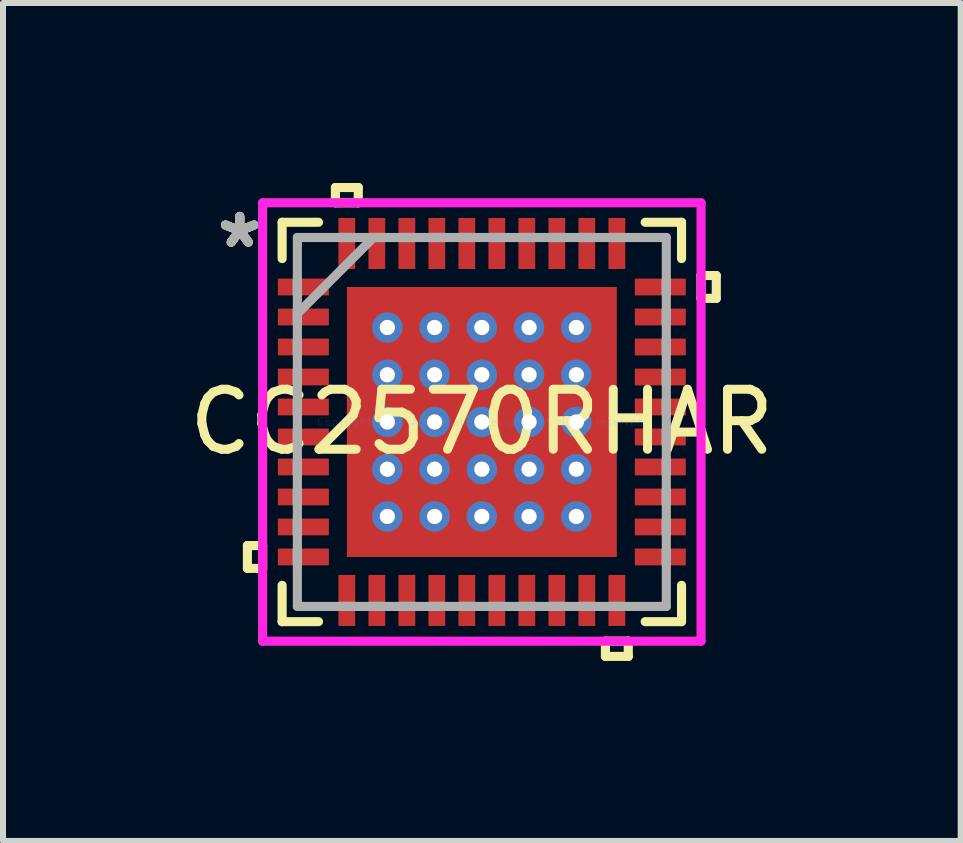
<source format=kicad_pcb>
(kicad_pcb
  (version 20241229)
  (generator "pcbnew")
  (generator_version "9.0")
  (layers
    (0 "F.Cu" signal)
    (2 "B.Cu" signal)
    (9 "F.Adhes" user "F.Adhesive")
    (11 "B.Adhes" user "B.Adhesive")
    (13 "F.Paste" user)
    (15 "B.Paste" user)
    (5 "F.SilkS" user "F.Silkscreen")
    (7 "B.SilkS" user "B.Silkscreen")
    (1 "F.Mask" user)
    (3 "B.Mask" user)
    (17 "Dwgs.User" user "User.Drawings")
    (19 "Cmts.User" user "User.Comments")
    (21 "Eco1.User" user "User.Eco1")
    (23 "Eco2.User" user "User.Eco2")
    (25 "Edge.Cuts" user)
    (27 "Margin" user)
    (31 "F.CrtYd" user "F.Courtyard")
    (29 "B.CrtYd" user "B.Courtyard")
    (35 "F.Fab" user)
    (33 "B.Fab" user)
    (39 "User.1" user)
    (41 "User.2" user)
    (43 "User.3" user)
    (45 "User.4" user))
  (footprint "CC2570RHAR"
    (layer "F.Cu")
    (at 4.982 3.984)
    (property "Reference" "CC2570RHAR" (at 0 0 0) (layer "F.SilkS") (effects (font (size 1 1) (thickness 0.15))))
    (attr through_hole)
    (fp_line (start -3.47 -2.46) (end -3.47 -2.04) (stroke (width 0.152) (type solid)) (layer "F.Mask"))
    (fp_line (start -3.47 -2.04) (end -2.48 -2.04) (stroke (width 0.152) (type solid)) (layer "F.Mask"))
    (fp_line (start -3.47 -1.96) (end -3.47 -1.54) (stroke (width 0.152) (type solid)) (layer "F.Mask"))
    (fp_line (start -3.47 -1.54) (end -2.48 -1.54) (stroke (width 0.152) (type solid)) (layer "F.Mask"))
    (fp_line (start -3.47 -1.46) (end -3.47 -1.04) (stroke (width 0.152) (type solid)) (layer "F.Mask"))
    (fp_line (start -3.47 -1.04) (end -2.48 -1.04) (stroke (width 0.152) (type solid)) (layer "F.Mask"))
    (fp_line (start -3.47 -0.96) (end -3.47 -0.54) (stroke (width 0.152) (type solid)) (layer "F.Mask"))
    (fp_line (start -3.47 -0.54) (end -2.48 -0.54) (stroke (width 0.152) (type solid)) (layer "F.Mask"))
    (fp_line (start -3.47 -0.46) (end -3.47 -0.04) (stroke (width 0.152) (type solid)) (layer "F.Mask"))
    (fp_line (start -3.47 -0.04) (end -2.48 -0.04) (stroke (width 0.152) (type solid)) (layer "F.Mask"))
    (fp_line (start -3.47 0.04) (end -3.47 0.46) (stroke (width 0.152) (type solid)) (layer "F.Mask"))
    (fp_line (start -3.47 0.46) (end -2.48 0.46) (stroke (width 0.152) (type solid)) (layer "F.Mask"))
    (fp_line (start -3.47 0.54) (end -3.47 0.96) (stroke (width 0.152) (type solid)) (layer "F.Mask"))
    (fp_line (start -3.47 0.96) (end -2.48 0.96) (stroke (width 0.152) (type solid)) (layer "F.Mask"))
    (fp_line (start -3.47 1.04) (end -3.47 1.46) (stroke (width 0.152) (type solid)) (layer "F.Mask"))
    (fp_line (start -3.47 1.46) (end -2.48 1.46) (stroke (width 0.152) (type solid)) (layer "F.Mask"))
    (fp_line (start -3.47 1.54) (end -3.47 1.96) (stroke (width 0.152) (type solid)) (layer "F.Mask"))
    (fp_line (start -3.47 1.96) (end -2.48 1.96) (stroke (width 0.152) (type solid)) (layer "F.Mask"))
    (fp_line (start -3.47 2.04) (end -3.47 2.46) (stroke (width 0.152) (type solid)) (layer "F.Mask"))
    (fp_line (start -3.47 2.46) (end -2.48 2.46) (stroke (width 0.152) (type solid)) (layer "F.Mask"))
    (fp_line (start -2.48 -2.46) (end -3.47 -2.46) (stroke (width 0.152) (type solid)) (layer "F.Mask"))
    (fp_line (start -2.48 -2.04) (end -2.48 -2.46) (stroke (width 0.152) (type solid)) (layer "F.Mask"))
    (fp_line (start -2.48 -1.96) (end -3.47 -1.96) (stroke (width 0.152) (type solid)) (layer "F.Mask"))
    (fp_line (start -2.48 -1.54) (end -2.48 -1.96) (stroke (width 0.152) (type solid)) (layer "F.Mask"))
    (fp_line (start -2.48 -1.46) (end -3.47 -1.46) (stroke (width 0.152) (type solid)) (layer "F.Mask"))
    (fp_line (start -2.48 -1.04) (end -2.48 -1.46) (stroke (width 0.152) (type solid)) (layer "F.Mask"))
    (fp_line (start -2.48 -0.96) (end -3.47 -0.96) (stroke (width 0.152) (type solid)) (layer "F.Mask"))
    (fp_line (start -2.48 -0.54) (end -2.48 -0.96) (stroke (width 0.152) (type solid)) (layer "F.Mask"))
    (fp_line (start -2.48 -0.46) (end -3.47 -0.46) (stroke (width 0.152) (type solid)) (layer "F.Mask"))
    (fp_line (start -2.48 -0.04) (end -2.48 -0.46) (stroke (width 0.152) (type solid)) (layer "F.Mask"))
    (fp_line (start -2.48 0.04) (end -3.47 0.04) (stroke (width 0.152) (type solid)) (layer "F.Mask"))
    (fp_line (start -2.48 0.46) (end -2.48 0.04) (stroke (width 0.152) (type solid)) (layer "F.Mask"))
    (fp_line (start -2.48 0.54) (end -3.47 0.54) (stroke (width 0.152) (type solid)) (layer "F.Mask"))
    (fp_line (start -2.48 0.96) (end -2.48 0.54) (stroke (width 0.152) (type solid)) (layer "F.Mask"))
    (fp_line (start -2.48 1.04) (end -3.47 1.04) (stroke (width 0.152) (type solid)) (layer "F.Mask"))
    (fp_line (start -2.48 1.46) (end -2.48 1.04) (stroke (width 0.152) (type solid)) (layer "F.Mask"))
    (fp_line (start -2.48 1.54) (end -3.47 1.54) (stroke (width 0.152) (type solid)) (layer "F.Mask"))
    (fp_line (start -2.48 1.96) (end -2.48 1.54) (stroke (width 0.152) (type solid)) (layer "F.Mask"))
    (fp_line (start -2.48 2.04) (end -3.47 2.04) (stroke (width 0.152) (type solid)) (layer "F.Mask"))
    (fp_line (start -2.48 2.46) (end -2.48 2.04) (stroke (width 0.152) (type solid)) (layer "F.Mask"))
    (fp_line (start -2.46 -3.47) (end -2.46 -2.48) (stroke (width 0.152) (type solid)) (layer "F.Mask"))
    (fp_line (start -2.46 -2.48) (end -2.041 -2.48) (stroke (width 0.152) (type solid)) (layer "F.Mask"))
    (fp_line (start -2.46 2.48) (end -2.46 3.47) (stroke (width 0.152) (type solid)) (layer "F.Mask"))
    (fp_line (start -2.46 3.47) (end -2.041 3.47) (stroke (width 0.152) (type solid)) (layer "F.Mask"))
    (fp_line (start -2.314 -2.314) (end -1.775 -2.314) (stroke (width 0.152) (type solid)) (layer "F.Mask"))
    (fp_line (start -2.314 -2.314) (end 2.314 -2.314) (stroke (width 0.152) (type solid)) (layer "F.Mask"))
    (fp_line (start -2.314 -1.775) (end -2.314 -2.314) (stroke (width 0.152) (type solid)) (layer "F.Mask"))
    (fp_line (start -2.314 -1.375) (end 2.314 -1.375) (stroke (width 0.152) (type solid)) (layer "F.Mask"))
    (fp_line (start -2.314 -0.987) (end -2.314 -1.375) (stroke (width 0.152) (type solid)) (layer "F.Mask"))
    (fp_line (start -2.314 -0.587) (end 2.314 -0.587) (stroke (width 0.152) (type solid)) (layer "F.Mask"))
    (fp_line (start -2.314 -0.2) (end -2.314 -0.587) (stroke (width 0.152) (type solid)) (layer "F.Mask"))
    (fp_line (start -2.314 0.2) (end 2.314 0.2) (stroke (width 0.152) (type solid)) (layer "F.Mask"))
    (fp_line (start -2.314 0.587) (end -2.314 0.2) (stroke (width 0.152) (type solid)) (layer "F.Mask"))
    (fp_line (start -2.314 0.987) (end 2.314 0.987) (stroke (width 0.152) (type solid)) (layer "F.Mask"))
    (fp_line (start -2.314 1.375) (end -2.314 0.987) (stroke (width 0.152) (type solid)) (layer "F.Mask"))
    (fp_line (start -2.314 1.775) (end 2.314 1.775) (stroke (width 0.152) (type solid)) (layer "F.Mask"))
    (fp_line (start -2.314 2.314) (end -2.314 -2.314) (stroke (width 0.152) (type solid)) (layer "F.Mask"))
    (fp_line (start -2.314 2.314) (end -2.314 1.775) (stroke (width 0.152) (type solid)) (layer "F.Mask"))
    (fp_line (start -2.041 -3.47) (end -2.46 -3.47) (stroke (width 0.152) (type solid)) (layer "F.Mask"))
    (fp_line (start -2.041 -2.48) (end -2.041 -3.47) (stroke (width 0.152) (type solid)) (layer "F.Mask"))
    (fp_line (start -2.041 2.48) (end -2.46 2.48) (stroke (width 0.152) (type solid)) (layer "F.Mask"))
    (fp_line (start -2.041 3.47) (end -2.041 2.48) (stroke (width 0.152) (type solid)) (layer "F.Mask"))
    (fp_line (start -1.96 -3.47) (end -1.96 -2.48) (stroke (width 0.152) (type solid)) (layer "F.Mask"))
    (fp_line (start -1.96 -2.48) (end -1.541 -2.48) (stroke (width 0.152) (type solid)) (layer "F.Mask"))
    (fp_line (start -1.96 2.48) (end -1.96 3.47) (stroke (width 0.152) (type solid)) (layer "F.Mask"))
    (fp_line (start -1.96 3.47) (end -1.541 3.47) (stroke (width 0.152) (type solid)) (layer "F.Mask"))
    (fp_line (start -1.775 -2.314) (end -1.775 2.314) (stroke (width 0.152) (type solid)) (layer "F.Mask"))
    (fp_line (start -1.775 2.314) (end -2.314 2.314) (stroke (width 0.152) (type solid)) (layer "F.Mask"))
    (fp_line (start -1.541 -3.47) (end -1.96 -3.47) (stroke (width 0.152) (type solid)) (layer "F.Mask"))
    (fp_line (start -1.541 -2.48) (end -1.541 -3.47) (stroke (width 0.152) (type solid)) (layer "F.Mask"))
    (fp_line (start -1.541 2.48) (end -1.96 2.48) (stroke (width 0.152) (type solid)) (layer "F.Mask"))
    (fp_line (start -1.541 3.47) (end -1.541 2.48) (stroke (width 0.152) (type solid)) (layer "F.Mask"))
    (fp_line (start -1.46 -3.47) (end -1.46 -2.48) (stroke (width 0.152) (type solid)) (layer "F.Mask"))
    (fp_line (start -1.46 -2.48) (end -1.041 -2.48) (stroke (width 0.152) (type solid)) (layer "F.Mask"))
    (fp_line (start -1.46 2.48) (end -1.46 3.47) (stroke (width 0.152) (type solid)) (layer "F.Mask"))
    (fp_line (start -1.46 3.47) (end -1.041 3.47) (stroke (width 0.152) (type solid)) (layer "F.Mask"))
    (fp_line (start -1.375 -2.314) (end -1.375 2.314) (stroke (width 0.152) (type solid)) (layer "F.Mask"))
    (fp_line (start -1.375 2.314) (end -0.987 2.314) (stroke (width 0.152) (type solid)) (layer "F.Mask"))
    (fp_line (start -1.041 -3.47) (end -1.46 -3.47) (stroke (width 0.152) (type solid)) (layer "F.Mask"))
    (fp_line (start -1.041 -2.48) (end -1.041 -3.47) (stroke (width 0.152) (type solid)) (layer "F.Mask"))
    (fp_line (start -1.041 2.48) (end -1.46 2.48) (stroke (width 0.152) (type solid)) (layer "F.Mask"))
    (fp_line (start -1.041 3.47) (end -1.041 2.48) (stroke (width 0.152) (type solid)) (layer "F.Mask"))
    (fp_line (start -0.987 -2.314) (end -1.375 -2.314) (stroke (width 0.152) (type solid)) (layer "F.Mask"))
    (fp_line (start -0.987 2.314) (end -0.987 -2.314) (stroke (width 0.152) (type solid)) (layer "F.Mask"))
    (fp_line (start -0.96 -3.47) (end -0.96 -2.48) (stroke (width 0.152) (type solid)) (layer "F.Mask"))
    (fp_line (start -0.96 -2.48) (end -0.541 -2.48) (stroke (width 0.152) (type solid)) (layer "F.Mask"))
    (fp_line (start -0.96 2.48) (end -0.96 3.47) (stroke (width 0.152) (type solid)) (layer "F.Mask"))
    (fp_line (start -0.96 3.47) (end -0.541 3.47) (stroke (width 0.152) (type solid)) (layer "F.Mask"))
    (fp_line (start -0.587 -2.314) (end -0.587 2.314) (stroke (width 0.152) (type solid)) (layer "F.Mask"))
    (fp_line (start -0.587 2.314) (end -0.2 2.314) (stroke (width 0.152) (type solid)) (layer "F.Mask"))
    (fp_line (start -0.541 -3.47) (end -0.96 -3.47) (stroke (width 0.152) (type solid)) (layer "F.Mask"))
    (fp_line (start -0.541 -2.48) (end -0.541 -3.47) (stroke (width 0.152) (type solid)) (layer "F.Mask"))
    (fp_line (start -0.541 2.48) (end -0.96 2.48) (stroke (width 0.152) (type solid)) (layer "F.Mask"))
    (fp_line (start -0.541 3.47) (end -0.541 2.48) (stroke (width 0.152) (type solid)) (layer "F.Mask"))
    (fp_line (start -0.46 -3.47) (end -0.46 -2.48) (stroke (width 0.152) (type solid)) (layer "F.Mask"))
    (fp_line (start -0.46 -2.48) (end -0.04 -2.48) (stroke (width 0.152) (type solid)) (layer "F.Mask"))
    (fp_line (start -0.46 2.48) (end -0.46 3.47) (stroke (width 0.152) (type solid)) (layer "F.Mask"))
    (fp_line (start -0.46 3.47) (end -0.04 3.47) (stroke (width 0.152) (type solid)) (layer "F.Mask"))
    (fp_line (start -0.2 -2.314) (end -0.587 -2.314) (stroke (width 0.152) (type solid)) (layer "F.Mask"))
    (fp_line (start -0.2 2.314) (end -0.2 -2.314) (stroke (width 0.152) (type solid)) (layer "F.Mask"))
    (fp_line (start -0.04 -3.47) (end -0.46 -3.47) (stroke (width 0.152) (type solid)) (layer "F.Mask"))
    (fp_line (start -0.04 -2.48) (end -0.04 -3.47) (stroke (width 0.152) (type solid)) (layer "F.Mask"))
    (fp_line (start -0.04 2.48) (end -0.46 2.48) (stroke (width 0.152) (type solid)) (layer "F.Mask"))
    (fp_line (start -0.04 3.47) (end -0.04 2.48) (stroke (width 0.152) (type solid)) (layer "F.Mask"))
    (fp_line (start 0.04 -3.47) (end 0.04 -2.48) (stroke (width 0.152) (type solid)) (layer "F.Mask"))
    (fp_line (start 0.04 -2.48) (end 0.46 -2.48) (stroke (width 0.152) (type solid)) (layer "F.Mask"))
    (fp_line (start 0.04 2.48) (end 0.04 3.47) (stroke (width 0.152) (type solid)) (layer "F.Mask"))
    (fp_line (start 0.04 3.47) (end 0.46 3.47) (stroke (width 0.152) (type solid)) (layer "F.Mask"))
    (fp_line (start 0.2 -2.314) (end 0.2 2.314) (stroke (width 0.152) (type solid)) (layer "F.Mask"))
    (fp_line (start 0.2 2.314) (end 0.587 2.314) (stroke (width 0.152) (type solid)) (layer "F.Mask"))
    (fp_line (start 0.46 -3.47) (end 0.04 -3.47) (stroke (width 0.152) (type solid)) (layer "F.Mask"))
    (fp_line (start 0.46 -2.48) (end 0.46 -3.47) (stroke (width 0.152) (type solid)) (layer "F.Mask"))
    (fp_line (start 0.46 2.48) (end 0.04 2.48) (stroke (width 0.152) (type solid)) (layer "F.Mask"))
    (fp_line (start 0.46 3.47) (end 0.46 2.48) (stroke (width 0.152) (type solid)) (layer "F.Mask"))
    (fp_line (start 0.541 -3.47) (end 0.541 -2.48) (stroke (width 0.152) (type solid)) (layer "F.Mask"))
    (fp_line (start 0.541 -2.48) (end 0.96 -2.48) (stroke (width 0.152) (type solid)) (layer "F.Mask"))
    (fp_line (start 0.541 2.48) (end 0.541 3.47) (stroke (width 0.152) (type solid)) (layer "F.Mask"))
    (fp_line (start 0.541 3.47) (end 0.96 3.47) (stroke (width 0.152) (type solid)) (layer "F.Mask"))
    (fp_line (start 0.587 -2.314) (end 0.2 -2.314) (stroke (width 0.152) (type solid)) (layer "F.Mask"))
    (fp_line (start 0.587 2.314) (end 0.587 -2.314) (stroke (width 0.152) (type solid)) (layer "F.Mask"))
    (fp_line (start 0.96 -3.47) (end 0.541 -3.47) (stroke (width 0.152) (type solid)) (layer "F.Mask"))
    (fp_line (start 0.96 -2.48) (end 0.96 -3.47) (stroke (width 0.152) (type solid)) (layer "F.Mask"))
    (fp_line (start 0.96 2.48) (end 0.541 2.48) (stroke (width 0.152) (type solid)) (layer "F.Mask"))
    (fp_line (start 0.96 3.47) (end 0.96 2.48) (stroke (width 0.152) (type solid)) (layer "F.Mask"))
    (fp_line (start 0.987 -2.314) (end 0.987 2.314) (stroke (width 0.152) (type solid)) (layer "F.Mask"))
    (fp_line (start 0.987 2.314) (end 1.375 2.314) (stroke (width 0.152) (type solid)) (layer "F.Mask"))
    (fp_line (start 1.041 -3.47) (end 1.041 -2.48) (stroke (width 0.152) (type solid)) (layer "F.Mask"))
    (fp_line (start 1.041 -2.48) (end 1.46 -2.48) (stroke (width 0.152) (type solid)) (layer "F.Mask"))
    (fp_line (start 1.041 2.48) (end 1.041 3.47) (stroke (width 0.152) (type solid)) (layer "F.Mask"))
    (fp_line (start 1.041 3.47) (end 1.46 3.47) (stroke (width 0.152) (type solid)) (layer "F.Mask"))
    (fp_line (start 1.375 -2.314) (end 0.987 -2.314) (stroke (width 0.152) (type solid)) (layer "F.Mask"))
    (fp_line (start 1.375 2.314) (end 1.375 -2.314) (stroke (width 0.152) (type solid)) (layer "F.Mask"))
    (fp_line (start 1.46 -3.47) (end 1.041 -3.47) (stroke (width 0.152) (type solid)) (layer "F.Mask"))
    (fp_line (start 1.46 -2.48) (end 1.46 -3.47) (stroke (width 0.152) (type solid)) (layer "F.Mask"))
    (fp_line (start 1.46 2.48) (end 1.041 2.48) (stroke (width 0.152) (type solid)) (layer "F.Mask"))
    (fp_line (start 1.46 3.47) (end 1.46 2.48) (stroke (width 0.152) (type solid)) (layer "F.Mask"))
    (fp_line (start 1.541 -3.47) (end 1.541 -2.48) (stroke (width 0.152) (type solid)) (layer "F.Mask"))
    (fp_line (start 1.541 -2.48) (end 1.96 -2.48) (stroke (width 0.152) (type solid)) (layer "F.Mask"))
    (fp_line (start 1.541 2.48) (end 1.541 3.47) (stroke (width 0.152) (type solid)) (layer "F.Mask"))
    (fp_line (start 1.541 3.47) (end 1.96 3.47) (stroke (width 0.152) (type solid)) (layer "F.Mask"))
    (fp_line (start 1.775 -2.314) (end 2.314 -2.314) (stroke (width 0.152) (type solid)) (layer "F.Mask"))
    (fp_line (start 1.775 2.314) (end 1.775 -2.314) (stroke (width 0.152) (type solid)) (layer "F.Mask"))
    (fp_line (start 1.96 -3.47) (end 1.541 -3.47) (stroke (width 0.152) (type solid)) (layer "F.Mask"))
    (fp_line (start 1.96 -2.48) (end 1.96 -3.47) (stroke (width 0.152) (type solid)) (layer "F.Mask"))
    (fp_line (start 1.96 2.48) (end 1.541 2.48) (stroke (width 0.152) (type solid)) (layer "F.Mask"))
    (fp_line (start 1.96 3.47) (end 1.96 2.48) (stroke (width 0.152) (type solid)) (layer "F.Mask"))
    (fp_line (start 2.041 -3.47) (end 2.041 -2.48) (stroke (width 0.152) (type solid)) (layer "F.Mask"))
    (fp_line (start 2.041 -2.48) (end 2.46 -2.48) (stroke (width 0.152) (type solid)) (layer "F.Mask"))
    (fp_line (start 2.041 2.48) (end 2.041 3.47) (stroke (width 0.152) (type solid)) (layer "F.Mask"))
    (fp_line (start 2.041 3.47) (end 2.46 3.47) (stroke (width 0.152) (type solid)) (layer "F.Mask"))
    (fp_line (start 2.314 -2.314) (end 2.314 -1.775) (stroke (width 0.152) (type solid)) (layer "F.Mask"))
    (fp_line (start 2.314 -2.314) (end 2.314 2.314) (stroke (width 0.152) (type solid)) (layer "F.Mask"))
    (fp_line (start 2.314 -1.775) (end -2.314 -1.775) (stroke (width 0.152) (type solid)) (layer "F.Mask"))
    (fp_line (start 2.314 -1.375) (end 2.314 -0.987) (stroke (width 0.152) (type solid)) (layer "F.Mask"))
    (fp_line (start 2.314 -0.987) (end -2.314 -0.987) (stroke (width 0.152) (type solid)) (layer "F.Mask"))
    (fp_line (start 2.314 -0.587) (end 2.314 -0.2) (stroke (width 0.152) (type solid)) (layer "F.Mask"))
    (fp_line (start 2.314 -0.2) (end -2.314 -0.2) (stroke (width 0.152) (type solid)) (layer "F.Mask"))
    (fp_line (start 2.314 0.2) (end 2.314 0.587) (stroke (width 0.152) (type solid)) (layer "F.Mask"))
    (fp_line (start 2.314 0.587) (end -2.314 0.587) (stroke (width 0.152) (type solid)) (layer "F.Mask"))
    (fp_line (start 2.314 0.987) (end 2.314 1.375) (stroke (width 0.152) (type solid)) (layer "F.Mask"))
    (fp_line (start 2.314 1.375) (end -2.314 1.375) (stroke (width 0.152) (type solid)) (layer "F.Mask"))
    (fp_line (start 2.314 1.775) (end 2.314 2.314) (stroke (width 0.152) (type solid)) (layer "F.Mask"))
    (fp_line (start 2.314 2.314) (end -2.314 2.314) (stroke (width 0.152) (type solid)) (layer "F.Mask"))
    (fp_line (start 2.314 2.314) (end 1.775 2.314) (stroke (width 0.152) (type solid)) (layer "F.Mask"))
    (fp_line (start 2.46 -3.47) (end 2.041 -3.47) (stroke (width 0.152) (type solid)) (layer "F.Mask"))
    (fp_line (start 2.46 -2.48) (end 2.46 -3.47) (stroke (width 0.152) (type solid)) (layer "F.Mask"))
    (fp_line (start 2.46 2.48) (end 2.041 2.48) (stroke (width 0.152) (type solid)) (layer "F.Mask"))
    (fp_line (start 2.46 3.47) (end 2.46 2.48) (stroke (width 0.152) (type solid)) (layer "F.Mask"))
    (fp_line (start 2.48 -2.46) (end 2.48 -2.04) (stroke (width 0.152) (type solid)) (layer "F.Mask"))
    (fp_line (start 2.48 -2.04) (end 3.47 -2.04) (stroke (width 0.152) (type solid)) (layer "F.Mask"))
    (fp_line (start 2.48 -1.96) (end 2.48 -1.54) (stroke (width 0.152) (type solid)) (layer "F.Mask"))
    (fp_line (start 2.48 -1.54) (end 3.47 -1.54) (stroke (width 0.152) (type solid)) (layer "F.Mask"))
    (fp_line (start 2.48 -1.46) (end 2.48 -1.04) (stroke (width 0.152) (type solid)) (layer "F.Mask"))
    (fp_line (start 2.48 -1.04) (end 3.47 -1.04) (stroke (width 0.152) (type solid)) (layer "F.Mask"))
    (fp_line (start 2.48 -0.96) (end 2.48 -0.54) (stroke (width 0.152) (type solid)) (layer "F.Mask"))
    (fp_line (start 2.48 -0.54) (end 3.47 -0.54) (stroke (width 0.152) (type solid)) (layer "F.Mask"))
    (fp_line (start 2.48 -0.46) (end 2.48 -0.04) (stroke (width 0.152) (type solid)) (layer "F.Mask"))
    (fp_line (start 2.48 -0.04) (end 3.47 -0.04) (stroke (width 0.152) (type solid)) (layer "F.Mask"))
    (fp_line (start 2.48 0.04) (end 2.48 0.46) (stroke (width 0.152) (type solid)) (layer "F.Mask"))
    (fp_line (start 2.48 0.46) (end 3.47 0.46) (stroke (width 0.152) (type solid)) (layer "F.Mask"))
    (fp_line (start 2.48 0.54) (end 2.48 0.96) (stroke (width 0.152) (type solid)) (layer "F.Mask"))
    (fp_line (start 2.48 0.96) (end 3.47 0.96) (stroke (width 0.152) (type solid)) (layer "F.Mask"))
    (fp_line (start 2.48 1.04) (end 2.48 1.46) (stroke (width 0.152) (type solid)) (layer "F.Mask"))
    (fp_line (start 2.48 1.46) (end 3.47 1.46) (stroke (width 0.152) (type solid)) (layer "F.Mask"))
    (fp_line (start 2.48 1.54) (end 2.48 1.96) (stroke (width 0.152) (type solid)) (layer "F.Mask"))
    (fp_line (start 2.48 1.96) (end 3.47 1.96) (stroke (width 0.152) (type solid)) (layer "F.Mask"))
    (fp_line (start 2.48 2.04) (end 2.48 2.46) (stroke (width 0.152) (type solid)) (layer "F.Mask"))
    (fp_line (start 2.48 2.46) (end 3.47 2.46) (stroke (width 0.152) (type solid)) (layer "F.Mask"))
    (fp_line (start 3.47 -2.46) (end 2.48 -2.46) (stroke (width 0.152) (type solid)) (layer "F.Mask"))
    (fp_line (start 3.47 -2.04) (end 3.47 -2.46) (stroke (width 0.152) (type solid)) (layer "F.Mask"))
    (fp_line (start 3.47 -1.96) (end 2.48 -1.96) (stroke (width 0.152) (type solid)) (layer "F.Mask"))
    (fp_line (start 3.47 -1.54) (end 3.47 -1.96) (stroke (width 0.152) (type solid)) (layer "F.Mask"))
    (fp_line (start 3.47 -1.46) (end 2.48 -1.46) (stroke (width 0.152) (type solid)) (layer "F.Mask"))
    (fp_line (start 3.47 -1.04) (end 3.47 -1.46) (stroke (width 0.152) (type solid)) (layer "F.Mask"))
    (fp_line (start 3.47 -0.96) (end 2.48 -0.96) (stroke (width 0.152) (type solid)) (layer "F.Mask"))
    (fp_line (start 3.47 -0.54) (end 3.47 -0.96) (stroke (width 0.152) (type solid)) (layer "F.Mask"))
    (fp_line (start 3.47 -0.46) (end 2.48 -0.46) (stroke (width 0.152) (type solid)) (layer "F.Mask"))
    (fp_line (start 3.47 -0.04) (end 3.47 -0.46) (stroke (width 0.152) (type solid)) (layer "F.Mask"))
    (fp_line (start 3.47 0.04) (end 2.48 0.04) (stroke (width 0.152) (type solid)) (layer "F.Mask"))
    (fp_line (start 3.47 0.46) (end 3.47 0.04) (stroke (width 0.152) (type solid)) (layer "F.Mask"))
    (fp_line (start 3.47 0.54) (end 2.48 0.54) (stroke (width 0.152) (type solid)) (layer "F.Mask"))
    (fp_line (start 3.47 0.96) (end 3.47 0.54) (stroke (width 0.152) (type solid)) (layer "F.Mask"))
    (fp_line (start 3.47 1.04) (end 2.48 1.04) (stroke (width 0.152) (type solid)) (layer "F.Mask"))
    (fp_line (start 3.47 1.46) (end 3.47 1.04) (stroke (width 0.152) (type solid)) (layer "F.Mask"))
    (fp_line (start 3.47 1.54) (end 2.48 1.54) (stroke (width 0.152) (type solid)) (layer "F.Mask"))
    (fp_line (start 3.47 1.96) (end 3.47 1.54) (stroke (width 0.152) (type solid)) (layer "F.Mask"))
    (fp_line (start 3.47 2.04) (end 2.48 2.04) (stroke (width 0.152) (type solid)) (layer "F.Mask"))
    (fp_line (start 3.47 2.46) (end 3.47 2.04) (stroke (width 0.152) (type solid)) (layer "F.Mask"))
    (fp_line (start -3.908 2.06) (end -3.908 2.441) (stroke (width 0.152) (type solid)) (layer "F.SilkS"))
    (fp_line (start -3.908 2.441) (end -3.654 2.441) (stroke (width 0.152) (type solid)) (layer "F.SilkS"))
    (fp_line (start -3.654 2.06) (end -3.908 2.06) (stroke (width 0.152) (type solid)) (layer "F.SilkS"))
    (fp_line (start -3.654 2.441) (end -3.654 2.06) (stroke (width 0.152) (type solid)) (layer "F.SilkS"))
    (fp_line (start -3.329 -3.329) (end -3.329 -2.723) (stroke (width 0.152) (type solid)) (layer "F.SilkS"))
    (fp_line (start -3.329 2.723) (end -3.329 3.329) (stroke (width 0.152) (type solid)) (layer "F.SilkS"))
    (fp_line (start -3.329 3.329) (end -2.723 3.329) (stroke (width 0.152) (type solid)) (layer "F.SilkS"))
    (fp_line (start -2.723 -3.329) (end -3.329 -3.329) (stroke (width 0.152) (type solid)) (layer "F.SilkS"))
    (fp_line (start -2.441 -3.908) (end -2.06 -3.908) (stroke (width 0.152) (type solid)) (layer "F.SilkS"))
    (fp_line (start -2.441 -3.654) (end -2.441 -3.908) (stroke (width 0.152) (type solid)) (layer "F.SilkS"))
    (fp_line (start -2.06 -3.908) (end -2.06 -3.654) (stroke (width 0.152) (type solid)) (layer "F.SilkS"))
    (fp_line (start -2.06 -3.654) (end -2.441 -3.654) (stroke (width 0.152) (type solid)) (layer "F.SilkS"))
    (fp_line (start 2.06 3.654) (end 2.06 3.908) (stroke (width 0.152) (type solid)) (layer "F.SilkS"))
    (fp_line (start 2.06 3.908) (end 2.441 3.908) (stroke (width 0.152) (type solid)) (layer "F.SilkS"))
    (fp_line (start 2.441 3.654) (end 2.06 3.654) (stroke (width 0.152) (type solid)) (layer "F.SilkS"))
    (fp_line (start 2.441 3.908) (end 2.441 3.654) (stroke (width 0.152) (type solid)) (layer "F.SilkS"))
    (fp_line (start 2.723 3.329) (end 3.329 3.329) (stroke (width 0.152) (type solid)) (layer "F.SilkS"))
    (fp_line (start 3.329 -3.329) (end 2.723 -3.329) (stroke (width 0.152) (type solid)) (layer "F.SilkS"))
    (fp_line (start 3.329 -2.723) (end 3.329 -3.329) (stroke (width 0.152) (type solid)) (layer "F.SilkS"))
    (fp_line (start 3.329 3.329) (end 3.329 2.723) (stroke (width 0.152) (type solid)) (layer "F.SilkS"))
    (fp_line (start 3.654 -2.441) (end 3.908 -2.441) (stroke (width 0.152) (type solid)) (layer "F.SilkS"))
    (fp_line (start 3.654 -2.06) (end 3.654 -2.441) (stroke (width 0.152) (type solid)) (layer "F.SilkS"))
    (fp_line (start 3.908 -2.441) (end 3.908 -2.06) (stroke (width 0.152) (type solid)) (layer "F.SilkS"))
    (fp_line (start 3.908 -2.06) (end 3.654 -2.06) (stroke (width 0.152) (type solid)) (layer "F.SilkS"))
    (fp_line (start -3.375 -2.365) (end -3.375 -2.135) (stroke (width 0.152) (type solid)) (layer "F.Paste"))
    (fp_line (start -3.375 -2.135) (end -2.575 -2.135) (stroke (width 0.152) (type solid)) (layer "F.Paste"))
    (fp_line (start -3.375 -1.865) (end -3.375 -1.635) (stroke (width 0.152) (type solid)) (layer "F.Paste"))
    (fp_line (start -3.375 -1.635) (end -2.575 -1.635) (stroke (width 0.152) (type solid)) (layer "F.Paste"))
    (fp_line (start -3.375 -1.365) (end -3.375 -1.135) (stroke (width 0.152) (type solid)) (layer "F.Paste"))
    (fp_line (start -3.375 -1.135) (end -2.575 -1.135) (stroke (width 0.152) (type solid)) (layer "F.Paste"))
    (fp_line (start -3.375 -0.865) (end -3.375 -0.635) (stroke (width 0.152) (type solid)) (layer "F.Paste"))
    (fp_line (start -3.375 -0.635) (end -2.575 -0.635) (stroke (width 0.152) (type solid)) (layer "F.Paste"))
    (fp_line (start -3.375 -0.365) (end -3.375 -0.135) (stroke (width 0.152) (type solid)) (layer "F.Paste"))
    (fp_line (start -3.375 -0.135) (end -2.575 -0.135) (stroke (width 0.152) (type solid)) (layer "F.Paste"))
    (fp_line (start -3.375 0.135) (end -3.375 0.365) (stroke (width 0.152) (type solid)) (layer "F.Paste"))
    (fp_line (start -3.375 0.365) (end -2.575 0.365) (stroke (width 0.152) (type solid)) (layer "F.Paste"))
    (fp_line (start -3.375 0.635) (end -3.375 0.865) (stroke (width 0.152) (type solid)) (layer "F.Paste"))
    (fp_line (start -3.375 0.865) (end -2.575 0.865) (stroke (width 0.152) (type solid)) (layer "F.Paste"))
    (fp_line (start -3.375 1.135) (end -3.375 1.365) (stroke (width 0.152) (type solid)) (layer "F.Paste"))
    (fp_line (start -3.375 1.365) (end -2.575 1.365) (stroke (width 0.152) (type solid)) (layer "F.Paste"))
    (fp_line (start -3.375 1.635) (end -3.375 1.865) (stroke (width 0.152) (type solid)) (layer "F.Paste"))
    (fp_line (start -3.375 1.865) (end -2.575 1.865) (stroke (width 0.152) (type solid)) (layer "F.Paste"))
    (fp_line (start -3.375 2.135) (end -3.375 2.365) (stroke (width 0.152) (type solid)) (layer "F.Paste"))
    (fp_line (start -3.375 2.365) (end -2.575 2.365) (stroke (width 0.152) (type solid)) (layer "F.Paste"))
    (fp_line (start -2.575 -2.365) (end -3.375 -2.365) (stroke (width 0.152) (type solid)) (layer "F.Paste"))
    (fp_line (start -2.575 -2.135) (end -2.575 -2.365) (stroke (width 0.152) (type solid)) (layer "F.Paste"))
    (fp_line (start -2.575 -1.865) (end -3.375 -1.865) (stroke (width 0.152) (type solid)) (layer "F.Paste"))
    (fp_line (start -2.575 -1.635) (end -2.575 -1.865) (stroke (width 0.152) (type solid)) (layer "F.Paste"))
    (fp_line (start -2.575 -1.365) (end -3.375 -1.365) (stroke (width 0.152) (type solid)) (layer "F.Paste"))
    (fp_line (start -2.575 -1.135) (end -2.575 -1.365) (stroke (width 0.152) (type solid)) (layer "F.Paste"))
    (fp_line (start -2.575 -0.865) (end -3.375 -0.865) (stroke (width 0.152) (type solid)) (layer "F.Paste"))
    (fp_line (start -2.575 -0.635) (end -2.575 -0.865) (stroke (width 0.152) (type solid)) (layer "F.Paste"))
    (fp_line (start -2.575 -0.365) (end -3.375 -0.365) (stroke (width 0.152) (type solid)) (layer "F.Paste"))
    (fp_line (start -2.575 -0.135) (end -2.575 -0.365) (stroke (width 0.152) (type solid)) (layer "F.Paste"))
    (fp_line (start -2.575 0.135) (end -3.375 0.135) (stroke (width 0.152) (type solid)) (layer "F.Paste"))
    (fp_line (start -2.575 0.365) (end -2.575 0.135) (stroke (width 0.152) (type solid)) (layer "F.Paste"))
    (fp_line (start -2.575 0.635) (end -3.375 0.635) (stroke (width 0.152) (type solid)) (layer "F.Paste"))
    (fp_line (start -2.575 0.865) (end -2.575 0.635) (stroke (width 0.152) (type solid)) (layer "F.Paste"))
    (fp_line (start -2.575 1.135) (end -3.375 1.135) (stroke (width 0.152) (type solid)) (layer "F.Paste"))
    (fp_line (start -2.575 1.365) (end -2.575 1.135) (stroke (width 0.152) (type solid)) (layer "F.Paste"))
    (fp_line (start -2.575 1.635) (end -3.375 1.635) (stroke (width 0.152) (type solid)) (layer "F.Paste"))
    (fp_line (start -2.575 1.865) (end -2.575 1.635) (stroke (width 0.152) (type solid)) (layer "F.Paste"))
    (fp_line (start -2.575 2.135) (end -3.375 2.135) (stroke (width 0.152) (type solid)) (layer "F.Paste"))
    (fp_line (start -2.575 2.365) (end -2.575 2.135) (stroke (width 0.152) (type solid)) (layer "F.Paste"))
    (fp_line (start -2.366 -3.375) (end -2.366 -2.575) (stroke (width 0.152) (type solid)) (layer "F.Paste"))
    (fp_line (start -2.366 -2.575) (end -2.135 -2.575) (stroke (width 0.152) (type solid)) (layer "F.Paste"))
    (fp_line (start -2.366 2.575) (end -2.366 3.375) (stroke (width 0.152) (type solid)) (layer "F.Paste"))
    (fp_line (start -2.366 3.375) (end -2.135 3.375) (stroke (width 0.152) (type solid)) (layer "F.Paste"))
    (fp_line (start -2.175 -2.175) (end -2.175 -1.675) (stroke (width 0.152) (type solid)) (layer "F.Paste"))
    (fp_line (start -2.175 -1.675) (end -1.816 -1.675) (stroke (width 0.152) (type solid)) (layer "F.Paste"))
    (fp_line (start -2.175 -1.475) (end -2.175 -0.887) (stroke (width 0.152) (type solid)) (layer "F.Paste"))
    (fp_line (start -2.175 -0.887) (end -1.816 -0.887) (stroke (width 0.152) (type solid)) (layer "F.Paste"))
    (fp_line (start -2.175 -0.687) (end -2.175 -0.1) (stroke (width 0.152) (type solid)) (layer "F.Paste"))
    (fp_line (start -2.175 -0.1) (end -1.816 -0.1) (stroke (width 0.152) (type solid)) (layer "F.Paste"))
    (fp_line (start -2.175 0.1) (end -2.175 0.687) (stroke (width 0.152) (type solid)) (layer "F.Paste"))
    (fp_line (start -2.175 0.687) (end -1.816 0.687) (stroke (width 0.152) (type solid)) (layer "F.Paste"))
    (fp_line (start -2.175 0.887) (end -2.175 1.475) (stroke (width 0.152) (type solid)) (layer "F.Paste"))
    (fp_line (start -2.175 1.475) (end -1.816 1.475) (stroke (width 0.152) (type solid)) (layer "F.Paste"))
    (fp_line (start -2.175 1.675) (end -2.175 2.175) (stroke (width 0.152) (type solid)) (layer "F.Paste"))
    (fp_line (start -2.175 2.175) (end -1.675 2.175) (stroke (width 0.152) (type solid)) (layer "F.Paste"))
    (fp_line (start -2.135 -3.375) (end -2.366 -3.375) (stroke (width 0.152) (type solid)) (layer "F.Paste"))
    (fp_line (start -2.135 -2.575) (end -2.135 -3.375) (stroke (width 0.152) (type solid)) (layer "F.Paste"))
    (fp_line (start -2.135 2.575) (end -2.366 2.575) (stroke (width 0.152) (type solid)) (layer "F.Paste"))
    (fp_line (start -2.135 3.375) (end -2.135 2.575) (stroke (width 0.152) (type solid)) (layer "F.Paste"))
    (fp_line (start -1.866 -3.375) (end -1.866 -2.575) (stroke (width 0.152) (type solid)) (layer "F.Paste"))
    (fp_line (start -1.866 -2.575) (end -1.635 -2.575) (stroke (width 0.152) (type solid)) (layer "F.Paste"))
    (fp_line (start -1.866 2.575) (end -1.866 3.375) (stroke (width 0.152) (type solid)) (layer "F.Paste"))
    (fp_line (start -1.866 3.375) (end -1.635 3.375) (stroke (width 0.152) (type solid)) (layer "F.Paste"))
    (fp_line (start -1.816 -1.675) (end -1.816 -1.675) (stroke (width 0.152) (type solid)) (layer "F.Paste"))
    (fp_line (start -1.816 -1.675) (end -1.675 -1.816) (stroke (width 0.152) (type solid)) (layer "F.Paste"))
    (fp_line (start -1.816 -1.475) (end -2.175 -1.475) (stroke (width 0.152) (type solid)) (layer "F.Paste"))
    (fp_line (start -1.816 -1.475) (end -1.816 -1.475) (stroke (width 0.152) (type solid)) (layer "F.Paste"))
    (fp_line (start -1.816 -0.887) (end -1.816 -0.887) (stroke (width 0.152) (type solid)) (layer "F.Paste"))
    (fp_line (start -1.816 -0.887) (end -1.675 -1.029) (stroke (width 0.152) (type solid)) (layer "F.Paste"))
    (fp_line (start -1.816 -0.687) (end -2.175 -0.687) (stroke (width 0.152) (type solid)) (layer "F.Paste"))
    (fp_line (start -1.816 -0.687) (end -1.816 -0.687) (stroke (width 0.152) (type solid)) (layer "F.Paste"))
    (fp_line (start -1.816 -0.1) (end -1.816 -0.1) (stroke (width 0.152) (type solid)) (layer "F.Paste"))
    (fp_line (start -1.816 -0.1) (end -1.675 -0.241) (stroke (width 0.152) (type solid)) (layer "F.Paste"))
    (fp_line (start -1.816 0.1) (end -2.175 0.1) (stroke (width 0.152) (type solid)) (layer "F.Paste"))
    (fp_line (start -1.816 0.1) (end -1.816 0.1) (stroke (width 0.152) (type solid)) (layer "F.Paste"))
    (fp_line (start -1.816 0.687) (end -1.816 0.687) (stroke (width 0.152) (type solid)) (layer "F.Paste"))
    (fp_line (start -1.816 0.687) (end -1.675 0.546) (stroke (width 0.152) (type solid)) (layer "F.Paste"))
    (fp_line (start -1.816 0.887) (end -2.175 0.887) (stroke (width 0.152) (type solid)) (layer "F.Paste"))
    (fp_line (start -1.816 0.887) (end -1.816 0.887) (stroke (width 0.152) (type solid)) (layer "F.Paste"))
    (fp_line (start -1.816 1.475) (end -1.816 1.475) (stroke (width 0.152) (type solid)) (layer "F.Paste"))
    (fp_line (start -1.816 1.475) (end -1.675 1.333) (stroke (width 0.152) (type solid)) (layer "F.Paste"))
    (fp_line (start -1.816 1.675) (end -2.175 1.675) (stroke (width 0.152) (type solid)) (layer "F.Paste"))
    (fp_line (start -1.816 1.675) (end -1.816 1.675) (stroke (width 0.152) (type solid)) (layer "F.Paste"))
    (fp_line (start -1.675 -2.175) (end -2.175 -2.175) (stroke (width 0.152) (type solid)) (layer "F.Paste"))
    (fp_line (start -1.675 -1.816) (end -1.675 -2.175) (stroke (width 0.152) (type solid)) (layer "F.Paste"))
    (fp_line (start -1.675 -1.816) (end -1.675 -1.816) (stroke (width 0.152) (type solid)) (layer "F.Paste"))
    (fp_line (start -1.675 -1.333) (end -1.816 -1.475) (stroke (width 0.152) (type solid)) (layer "F.Paste"))
    (fp_line (start -1.675 -1.333) (end -1.675 -1.333) (stroke (width 0.152) (type solid)) (layer "F.Paste"))
    (fp_line (start -1.675 -1.029) (end -1.675 -1.333) (stroke (width 0.152) (type solid)) (layer "F.Paste"))
    (fp_line (start -1.675 -1.029) (end -1.675 -1.029) (stroke (width 0.152) (type solid)) (layer "F.Paste"))
    (fp_line (start -1.675 -0.546) (end -1.816 -0.687) (stroke (width 0.152) (type solid)) (layer "F.Paste"))
    (fp_line (start -1.675 -0.546) (end -1.675 -0.546) (stroke (width 0.152) (type solid)) (layer "F.Paste"))
    (fp_line (start -1.675 -0.241) (end -1.675 -0.546) (stroke (width 0.152) (type solid)) (layer "F.Paste"))
    (fp_line (start -1.675 -0.241) (end -1.675 -0.241) (stroke (width 0.152) (type solid)) (layer "F.Paste"))
    (fp_line (start -1.675 0.241) (end -1.816 0.1) (stroke (width 0.152) (type solid)) (layer "F.Paste"))
    (fp_line (start -1.675 0.241) (end -1.675 0.241) (stroke (width 0.152) (type solid)) (layer "F.Paste"))
    (fp_line (start -1.675 0.546) (end -1.675 0.241) (stroke (width 0.152) (type solid)) (layer "F.Paste"))
    (fp_line (start -1.675 0.546) (end -1.675 0.546) (stroke (width 0.152) (type solid)) (layer "F.Paste"))
    (fp_line (start -1.675 1.029) (end -1.816 0.887) (stroke (width 0.152) (type solid)) (layer "F.Paste"))
    (fp_line (start -1.675 1.029) (end -1.675 1.029) (stroke (width 0.152) (type solid)) (layer "F.Paste"))
    (fp_line (start -1.675 1.333) (end -1.675 1.029) (stroke (width 0.152) (type solid)) (layer "F.Paste"))
    (fp_line (start -1.675 1.333) (end -1.675 1.333) (stroke (width 0.152) (type solid)) (layer "F.Paste"))
    (fp_line (start -1.675 1.816) (end -1.816 1.675) (stroke (width 0.152) (type solid)) (layer "F.Paste"))
    (fp_line (start -1.675 1.816) (end -1.675 1.816) (stroke (width 0.152) (type solid)) (layer "F.Paste"))
    (fp_line (start -1.675 2.175) (end -1.675 1.816) (stroke (width 0.152) (type solid)) (layer "F.Paste"))
    (fp_line (start -1.635 -3.375) (end -1.866 -3.375) (stroke (width 0.152) (type solid)) (layer "F.Paste"))
    (fp_line (start -1.635 -2.575) (end -1.635 -3.375) (stroke (width 0.152) (type solid)) (layer "F.Paste"))
    (fp_line (start -1.635 2.575) (end -1.866 2.575) (stroke (width 0.152) (type solid)) (layer "F.Paste"))
    (fp_line (start -1.635 3.375) (end -1.635 2.575) (stroke (width 0.152) (type solid)) (layer "F.Paste"))
    (fp_line (start -1.475 -2.175) (end -1.475 -1.816) (stroke (width 0.152) (type solid)) (layer "F.Paste"))
    (fp_line (start -1.475 -1.816) (end -1.475 -1.816) (stroke (width 0.152) (type solid)) (layer "F.Paste"))
    (fp_line (start -1.475 -1.816) (end -1.333 -1.675) (stroke (width 0.152) (type solid)) (layer "F.Paste"))
    (fp_line (start -1.475 -1.333) (end -1.475 -1.333) (stroke (width 0.152) (type solid)) (layer "F.Paste"))
    (fp_line (start -1.475 -1.333) (end -1.475 -1.029) (stroke (width 0.152) (type solid)) (layer "F.Paste"))
    (fp_line (start -1.475 -1.029) (end -1.475 -1.029) (stroke (width 0.152) (type solid)) (layer "F.Paste"))
    (fp_line (start -1.475 -1.029) (end -1.333 -0.887) (stroke (width 0.152) (type solid)) (layer "F.Paste"))
    (fp_line (start -1.475 -0.546) (end -1.475 -0.546) (stroke (width 0.152) (type solid)) (layer "F.Paste"))
    (fp_line (start -1.475 -0.546) (end -1.475 -0.241) (stroke (width 0.152) (type solid)) (layer "F.Paste"))
    (fp_line (start -1.475 -0.241) (end -1.475 -0.241) (stroke (width 0.152) (type solid)) (layer "F.Paste"))
    (fp_line (start -1.475 -0.241) (end -1.333 -0.1) (stroke (width 0.152) (type solid)) (layer "F.Paste"))
    (fp_line (start -1.475 0.241) (end -1.475 0.241) (stroke (width 0.152) (type solid)) (layer "F.Paste"))
    (fp_line (start -1.475 0.241) (end -1.475 0.546) (stroke (width 0.152) (type solid)) (layer "F.Paste"))
    (fp_line (start -1.475 0.546) (end -1.475 0.546) (stroke (width 0.152) (type solid)) (layer "F.Paste"))
    (fp_line (start -1.475 0.546) (end -1.333 0.687) (stroke (width 0.152) (type solid)) (layer "F.Paste"))
    (fp_line (start -1.475 1.029) (end -1.475 1.029) (stroke (width 0.152) (type solid)) (layer "F.Paste"))
    (fp_line (start -1.475 1.029) (end -1.475 1.333) (stroke (width 0.152) (type solid)) (layer "F.Paste"))
    (fp_line (start -1.475 1.333) (end -1.475 1.333) (stroke (width 0.152) (type solid)) (layer "F.Paste"))
    (fp_line (start -1.475 1.333) (end -1.333 1.475) (stroke (width 0.152) (type solid)) (layer "F.Paste"))
    (fp_line (start -1.475 1.816) (end -1.475 1.816) (stroke (width 0.152) (type solid)) (layer "F.Paste"))
    (fp_line (start -1.475 1.816) (end -1.475 2.175) (stroke (width 0.152) (type solid)) (layer "F.Paste"))
    (fp_line (start -1.475 2.175) (end -0.887 2.175) (stroke (width 0.152) (type solid)) (layer "F.Paste"))
    (fp_line (start -1.365 -3.375) (end -1.365 -2.575) (stroke (width 0.152) (type solid)) (layer "F.Paste"))
    (fp_line (start -1.365 -2.575) (end -1.135 -2.575) (stroke (width 0.152) (type solid)) (layer "F.Paste"))
    (fp_line (start -1.365 2.575) (end -1.365 3.375) (stroke (width 0.152) (type solid)) (layer "F.Paste"))
    (fp_line (start -1.365 3.375) (end -1.135 3.375) (stroke (width 0.152) (type solid)) (layer "F.Paste"))
    (fp_line (start -1.333 -1.675) (end -1.333 -1.675) (stroke (width 0.152) (type solid)) (layer "F.Paste"))
    (fp_line (start -1.333 -1.675) (end -1.029 -1.675) (stroke (width 0.152) (type solid)) (layer "F.Paste"))
    (fp_line (start -1.333 -1.475) (end -1.475 -1.333) (stroke (width 0.152) (type solid)) (layer "F.Paste"))
    (fp_line (start -1.333 -1.475) (end -1.333 -1.475) (stroke (width 0.152) (type solid)) (layer "F.Paste"))
    (fp_line (start -1.333 -0.887) (end -1.333 -0.887) (stroke (width 0.152) (type solid)) (layer "F.Paste"))
    (fp_line (start -1.333 -0.887) (end -1.029 -0.887) (stroke (width 0.152) (type solid)) (layer "F.Paste"))
    (fp_line (start -1.333 -0.687) (end -1.475 -0.546) (stroke (width 0.152) (type solid)) (layer "F.Paste"))
    (fp_line (start -1.333 -0.687) (end -1.333 -0.687) (stroke (width 0.152) (type solid)) (layer "F.Paste"))
    (fp_line (start -1.333 -0.1) (end -1.333 -0.1) (stroke (width 0.152) (type solid)) (layer "F.Paste"))
    (fp_line (start -1.333 -0.1) (end -1.029 -0.1) (stroke (width 0.152) (type solid)) (layer "F.Paste"))
    (fp_line (start -1.333 0.1) (end -1.475 0.241) (stroke (width 0.152) (type solid)) (layer "F.Paste"))
    (fp_line (start -1.333 0.1) (end -1.333 0.1) (stroke (width 0.152) (type solid)) (layer "F.Paste"))
    (fp_line (start -1.333 0.687) (end -1.333 0.687) (stroke (width 0.152) (type solid)) (layer "F.Paste"))
    (fp_line (start -1.333 0.687) (end -1.029 0.687) (stroke (width 0.152) (type solid)) (layer "F.Paste"))
    (fp_line (start -1.333 0.887) (end -1.475 1.029) (stroke (width 0.152) (type solid)) (layer "F.Paste"))
    (fp_line (start -1.333 0.887) (end -1.333 0.887) (stroke (width 0.152) (type solid)) (layer "F.Paste"))
    (fp_line (start -1.333 1.475) (end -1.333 1.475) (stroke (width 0.152) (type solid)) (layer "F.Paste"))
    (fp_line (start -1.333 1.475) (end -1.029 1.475) (stroke (width 0.152) (type solid)) (layer "F.Paste"))
    (fp_line (start -1.333 1.675) (end -1.475 1.816) (stroke (width 0.152) (type solid)) (layer "F.Paste"))
    (fp_line (start -1.333 1.675) (end -1.333 1.675) (stroke (width 0.152) (type solid)) (layer "F.Paste"))
    (fp_line (start -1.135 -3.375) (end -1.365 -3.375) (stroke (width 0.152) (type solid)) (layer "F.Paste"))
    (fp_line (start -1.135 -2.575) (end -1.135 -3.375) (stroke (width 0.152) (type solid)) (layer "F.Paste"))
    (fp_line (start -1.135 2.575) (end -1.365 2.575) (stroke (width 0.152) (type solid)) (layer "F.Paste"))
    (fp_line (start -1.135 3.375) (end -1.135 2.575) (stroke (width 0.152) (type solid)) (layer "F.Paste"))
    (fp_line (start -1.029 -1.675) (end -1.029 -1.675) (stroke (width 0.152) (type solid)) (layer "F.Paste"))
    (fp_line (start -1.029 -1.675) (end -0.887 -1.816) (stroke (width 0.152) (type solid)) (layer "F.Paste"))
    (fp_line (start -1.029 -1.475) (end -1.333 -1.475) (stroke (width 0.152) (type solid)) (layer "F.Paste"))
    (fp_line (start -1.029 -1.475) (end -1.029 -1.475) (stroke (width 0.152) (type solid)) (layer "F.Paste"))
    (fp_line (start -1.029 -0.887) (end -1.029 -0.887) (stroke (width 0.152) (type solid)) (layer "F.Paste"))
    (fp_line (start -1.029 -0.887) (end -0.887 -1.029) (stroke (width 0.152) (type solid)) (layer "F.Paste"))
    (fp_line (start -1.029 -0.687) (end -1.333 -0.687) (stroke (width 0.152) (type solid)) (layer "F.Paste"))
    (fp_line (start -1.029 -0.687) (end -1.029 -0.687) (stroke (width 0.152) (type solid)) (layer "F.Paste"))
    (fp_line (start -1.029 -0.1) (end -1.029 -0.1) (stroke (width 0.152) (type solid)) (layer "F.Paste"))
    (fp_line (start -1.029 -0.1) (end -0.887 -0.241) (stroke (width 0.152) (type solid)) (layer "F.Paste"))
    (fp_line (start -1.029 0.1) (end -1.333 0.1) (stroke (width 0.152) (type solid)) (layer "F.Paste"))
    (fp_line (start -1.029 0.1) (end -1.029 0.1) (stroke (width 0.152) (type solid)) (layer "F.Paste"))
    (fp_line (start -1.029 0.687) (end -1.029 0.687) (stroke (width 0.152) (type solid)) (layer "F.Paste"))
    (fp_line (start -1.029 0.687) (end -0.887 0.546) (stroke (width 0.152) (type solid)) (layer "F.Paste"))
    (fp_line (start -1.029 0.887) (end -1.333 0.887) (stroke (width 0.152) (type solid)) (layer "F.Paste"))
    (fp_line (start -1.029 0.887) (end -1.029 0.887) (stroke (width 0.152) (type solid)) (layer "F.Paste"))
    (fp_line (start -1.029 1.475) (end -1.029 1.475) (stroke (width 0.152) (type solid)) (layer "F.Paste"))
    (fp_line (start -1.029 1.475) (end -0.887 1.333) (stroke (width 0.152) (type solid)) (layer "F.Paste"))
    (fp_line (start -1.029 1.675) (end -1.333 1.675) (stroke (width 0.152) (type solid)) (layer "F.Paste"))
    (fp_line (start -1.029 1.675) (end -1.029 1.675) (stroke (width 0.152) (type solid)) (layer "F.Paste"))
    (fp_line (start -0.887 -2.175) (end -1.475 -2.175) (stroke (width 0.152) (type solid)) (layer "F.Paste"))
    (fp_line (start -0.887 -1.816) (end -0.887 -2.175) (stroke (width 0.152) (type solid)) (layer "F.Paste"))
    (fp_line (start -0.887 -1.816) (end -0.887 -1.816) (stroke (width 0.152) (type solid)) (layer "F.Paste"))
    (fp_line (start -0.887 -1.333) (end -1.029 -1.475) (stroke (width 0.152) (type solid)) (layer "F.Paste"))
    (fp_line (start -0.887 -1.333) (end -0.887 -1.333) (stroke (width 0.152) (type solid)) (layer "F.Paste"))
    (fp_line (start -0.887 -1.029) (end -0.887 -1.333) (stroke (width 0.152) (type solid)) (layer "F.Paste"))
    (fp_line (start -0.887 -1.029) (end -0.887 -1.029) (stroke (width 0.152) (type solid)) (layer "F.Paste"))
    (fp_line (start -0.887 -0.546) (end -1.029 -0.687) (stroke (width 0.152) (type solid)) (layer "F.Paste"))
    (fp_line (start -0.887 -0.546) (end -0.887 -0.546) (stroke (width 0.152) (type solid)) (layer "F.Paste"))
    (fp_line (start -0.887 -0.241) (end -0.887 -0.546) (stroke (width 0.152) (type solid)) (layer "F.Paste"))
    (fp_line (start -0.887 -0.241) (end -0.887 -0.241) (stroke (width 0.152) (type solid)) (layer "F.Paste"))
    (fp_line (start -0.887 0.241) (end -1.029 0.1) (stroke (width 0.152) (type solid)) (layer "F.Paste"))
    (fp_line (start -0.887 0.241) (end -0.887 0.241) (stroke (width 0.152) (type solid)) (layer "F.Paste"))
    (fp_line (start -0.887 0.546) (end -0.887 0.241) (stroke (width 0.152) (type solid)) (layer "F.Paste"))
    (fp_line (start -0.887 0.546) (end -0.887 0.546) (stroke (width 0.152) (type solid)) (layer "F.Paste"))
    (fp_line (start -0.887 1.029) (end -1.029 0.887) (stroke (width 0.152) (type solid)) (layer "F.Paste"))
    (fp_line (start -0.887 1.029) (end -0.887 1.029) (stroke (width 0.152) (type solid)) (layer "F.Paste"))
    (fp_line (start -0.887 1.333) (end -0.887 1.029) (stroke (width 0.152) (type solid)) (layer "F.Paste"))
    (fp_line (start -0.887 1.333) (end -0.887 1.333) (stroke (width 0.152) (type solid)) (layer "F.Paste"))
    (fp_line (start -0.887 1.816) (end -1.029 1.675) (stroke (width 0.152) (type solid)) (layer "F.Paste"))
    (fp_line (start -0.887 1.816) (end -0.887 1.816) (stroke (width 0.152) (type solid)) (layer "F.Paste"))
    (fp_line (start -0.887 2.175) (end -0.887 1.816) (stroke (width 0.152) (type solid)) (layer "F.Paste"))
    (fp_line (start -0.865 -3.375) (end -0.865 -2.575) (stroke (width 0.152) (type solid)) (layer "F.Paste"))
    (fp_line (start -0.865 -2.575) (end -0.635 -2.575) (stroke (width 0.152) (type solid)) (layer "F.Paste"))
    (fp_line (start -0.865 2.575) (end -0.865 3.375) (stroke (width 0.152) (type solid)) (layer "F.Paste"))
    (fp_line (start -0.865 3.375) (end -0.635 3.375) (stroke (width 0.152) (type solid)) (layer "F.Paste"))
    (fp_line (start -0.687 -2.175) (end -0.687 -1.816) (stroke (width 0.152) (type solid)) (layer "F.Paste"))
    (fp_line (start -0.687 -1.816) (end -0.687 -1.816) (stroke (width 0.152) (type solid)) (layer "F.Paste"))
    (fp_line (start -0.687 -1.816) (end -0.546 -1.675) (stroke (width 0.152) (type solid)) (layer "F.Paste"))
    (fp_line (start -0.687 -1.333) (end -0.687 -1.333) (stroke (width 0.152) (type solid)) (layer "F.Paste"))
    (fp_line (start -0.687 -1.333) (end -0.687 -1.029) (stroke (width 0.152) (type solid)) (layer "F.Paste"))
    (fp_line (start -0.687 -1.029) (end -0.687 -1.029) (stroke (width 0.152) (type solid)) (layer "F.Paste"))
    (fp_line (start -0.687 -1.029) (end -0.546 -0.887) (stroke (width 0.152) (type solid)) (layer "F.Paste"))
    (fp_line (start -0.687 -0.546) (end -0.687 -0.546) (stroke (width 0.152) (type solid)) (layer "F.Paste"))
    (fp_line (start -0.687 -0.546) (end -0.687 -0.241) (stroke (width 0.152) (type solid)) (layer "F.Paste"))
    (fp_line (start -0.687 -0.241) (end -0.687 -0.241) (stroke (width 0.152) (type solid)) (layer "F.Paste"))
    (fp_line (start -0.687 -0.241) (end -0.546 -0.1) (stroke (width 0.152) (type solid)) (layer "F.Paste"))
    (fp_line (start -0.687 0.241) (end -0.687 0.241) (stroke (width 0.152) (type solid)) (layer "F.Paste"))
    (fp_line (start -0.687 0.241) (end -0.687 0.546) (stroke (width 0.152) (type solid)) (layer "F.Paste"))
    (fp_line (start -0.687 0.546) (end -0.687 0.546) (stroke (width 0.152) (type solid)) (layer "F.Paste"))
    (fp_line (start -0.687 0.546) (end -0.546 0.687) (stroke (width 0.152) (type solid)) (layer "F.Paste"))
    (fp_line (start -0.687 1.029) (end -0.687 1.029) (stroke (width 0.152) (type solid)) (layer "F.Paste"))
    (fp_line (start -0.687 1.029) (end -0.687 1.333) (stroke (width 0.152) (type solid)) (layer "F.Paste"))
    (fp_line (start -0.687 1.333) (end -0.687 1.333) (stroke (width 0.152) (type solid)) (layer "F.Paste"))
    (fp_line (start -0.687 1.333) (end -0.546 1.475) (stroke (width 0.152) (type solid)) (layer "F.Paste"))
    (fp_line (start -0.687 1.816) (end -0.687 1.816) (stroke (width 0.152) (type solid)) (layer "F.Paste"))
    (fp_line (start -0.687 1.816) (end -0.687 2.175) (stroke (width 0.152) (type solid)) (layer "F.Paste"))
    (fp_line (start -0.687 2.175) (end -0.1 2.175) (stroke (width 0.152) (type solid)) (layer "F.Paste"))
    (fp_line (start -0.635 -3.375) (end -0.865 -3.375) (stroke (width 0.152) (type solid)) (layer "F.Paste"))
    (fp_line (start -0.635 -2.575) (end -0.635 -3.375) (stroke (width 0.152) (type solid)) (layer "F.Paste"))
    (fp_line (start -0.635 2.575) (end -0.865 2.575) (stroke (width 0.152) (type solid)) (layer "F.Paste"))
    (fp_line (start -0.635 3.375) (end -0.635 2.575) (stroke (width 0.152) (type solid)) (layer "F.Paste"))
    (fp_line (start -0.546 -1.675) (end -0.546 -1.675) (stroke (width 0.152) (type solid)) (layer "F.Paste"))
    (fp_line (start -0.546 -1.675) (end -0.241 -1.675) (stroke (width 0.152) (type solid)) (layer "F.Paste"))
    (fp_line (start -0.546 -1.475) (end -0.687 -1.333) (stroke (width 0.152) (type solid)) (layer "F.Paste"))
    (fp_line (start -0.546 -1.475) (end -0.546 -1.475) (stroke (width 0.152) (type solid)) (layer "F.Paste"))
    (fp_line (start -0.546 -0.887) (end -0.546 -0.887) (stroke (width 0.152) (type solid)) (layer "F.Paste"))
    (fp_line (start -0.546 -0.887) (end -0.241 -0.887) (stroke (width 0.152) (type solid)) (layer "F.Paste"))
    (fp_line (start -0.546 -0.687) (end -0.687 -0.546) (stroke (width 0.152) (type solid)) (layer "F.Paste"))
    (fp_line (start -0.546 -0.687) (end -0.546 -0.687) (stroke (width 0.152) (type solid)) (layer "F.Paste"))
    (fp_line (start -0.546 -0.1) (end -0.546 -0.1) (stroke (width 0.152) (type solid)) (layer "F.Paste"))
    (fp_line (start -0.546 -0.1) (end -0.241 -0.1) (stroke (width 0.152) (type solid)) (layer "F.Paste"))
    (fp_line (start -0.546 0.1) (end -0.687 0.241) (stroke (width 0.152) (type solid)) (layer "F.Paste"))
    (fp_line (start -0.546 0.1) (end -0.546 0.1) (stroke (width 0.152) (type solid)) (layer "F.Paste"))
    (fp_line (start -0.546 0.687) (end -0.546 0.687) (stroke (width 0.152) (type solid)) (layer "F.Paste"))
    (fp_line (start -0.546 0.687) (end -0.241 0.687) (stroke (width 0.152) (type solid)) (layer "F.Paste"))
    (fp_line (start -0.546 0.887) (end -0.687 1.029) (stroke (width 0.152) (type solid)) (layer "F.Paste"))
    (fp_line (start -0.546 0.887) (end -0.546 0.887) (stroke (width 0.152) (type solid)) (layer "F.Paste"))
    (fp_line (start -0.546 1.475) (end -0.546 1.475) (stroke (width 0.152) (type solid)) (layer "F.Paste"))
    (fp_line (start -0.546 1.475) (end -0.241 1.475) (stroke (width 0.152) (type solid)) (layer "F.Paste"))
    (fp_line (start -0.546 1.675) (end -0.687 1.816) (stroke (width 0.152) (type solid)) (layer "F.Paste"))
    (fp_line (start -0.546 1.675) (end -0.546 1.675) (stroke (width 0.152) (type solid)) (layer "F.Paste"))
    (fp_line (start -0.365 -3.375) (end -0.365 -2.575) (stroke (width 0.152) (type solid)) (layer "F.Paste"))
    (fp_line (start -0.365 -2.575) (end -0.135 -2.575) (stroke (width 0.152) (type solid)) (layer "F.Paste"))
    (fp_line (start -0.365 2.575) (end -0.365 3.375) (stroke (width 0.152) (type solid)) (layer "F.Paste"))
    (fp_line (start -0.365 3.375) (end -0.135 3.375) (stroke (width 0.152) (type solid)) (layer "F.Paste"))
    (fp_line (start -0.241 -1.675) (end -0.241 -1.675) (stroke (width 0.152) (type solid)) (layer "F.Paste"))
    (fp_line (start -0.241 -1.675) (end -0.1 -1.816) (stroke (width 0.152) (type solid)) (layer "F.Paste"))
    (fp_line (start -0.241 -1.475) (end -0.546 -1.475) (stroke (width 0.152) (type solid)) (layer "F.Paste"))
    (fp_line (start -0.241 -1.475) (end -0.241 -1.475) (stroke (width 0.152) (type solid)) (layer "F.Paste"))
    (fp_line (start -0.241 -0.887) (end -0.241 -0.887) (stroke (width 0.152) (type solid)) (layer "F.Paste"))
    (fp_line (start -0.241 -0.887) (end -0.1 -1.029) (stroke (width 0.152) (type solid)) (layer "F.Paste"))
    (fp_line (start -0.241 -0.687) (end -0.546 -0.687) (stroke (width 0.152) (type solid)) (layer "F.Paste"))
    (fp_line (start -0.241 -0.687) (end -0.241 -0.687) (stroke (width 0.152) (type solid)) (layer "F.Paste"))
    (fp_line (start -0.241 -0.1) (end -0.241 -0.1) (stroke (width 0.152) (type solid)) (layer "F.Paste"))
    (fp_line (start -0.241 -0.1) (end -0.1 -0.241) (stroke (width 0.152) (type solid)) (layer "F.Paste"))
    (fp_line (start -0.241 0.1) (end -0.546 0.1) (stroke (width 0.152) (type solid)) (layer "F.Paste"))
    (fp_line (start -0.241 0.1) (end -0.241 0.1) (stroke (width 0.152) (type solid)) (layer "F.Paste"))
    (fp_line (start -0.241 0.687) (end -0.241 0.687) (stroke (width 0.152) (type solid)) (layer "F.Paste"))
    (fp_line (start -0.241 0.687) (end -0.1 0.546) (stroke (width 0.152) (type solid)) (layer "F.Paste"))
    (fp_line (start -0.241 0.887) (end -0.546 0.887) (stroke (width 0.152) (type solid)) (layer "F.Paste"))
    (fp_line (start -0.241 0.887) (end -0.241 0.887) (stroke (width 0.152) (type solid)) (layer "F.Paste"))
    (fp_line (start -0.241 1.475) (end -0.241 1.475) (stroke (width 0.152) (type solid)) (layer "F.Paste"))
    (fp_line (start -0.241 1.475) (end -0.1 1.333) (stroke (width 0.152) (type solid)) (layer "F.Paste"))
    (fp_line (start -0.241 1.675) (end -0.546 1.675) (stroke (width 0.152) (type solid)) (layer "F.Paste"))
    (fp_line (start -0.241 1.675) (end -0.241 1.675) (stroke (width 0.152) (type solid)) (layer "F.Paste"))
    (fp_line (start -0.135 -3.375) (end -0.365 -3.375) (stroke (width 0.152) (type solid)) (layer "F.Paste"))
    (fp_line (start -0.135 -2.575) (end -0.135 -3.375) (stroke (width 0.152) (type solid)) (layer "F.Paste"))
    (fp_line (start -0.135 2.575) (end -0.365 2.575) (stroke (width 0.152) (type solid)) (layer "F.Paste"))
    (fp_line (start -0.135 3.375) (end -0.135 2.575) (stroke (width 0.152) (type solid)) (layer "F.Paste"))
    (fp_line (start -0.1 -2.175) (end -0.687 -2.175) (stroke (width 0.152) (type solid)) (layer "F.Paste"))
    (fp_line (start -0.1 -1.816) (end -0.1 -2.175) (stroke (width 0.152) (type solid)) (layer "F.Paste"))
    (fp_line (start -0.1 -1.816) (end -0.1 -1.816) (stroke (width 0.152) (type solid)) (layer "F.Paste"))
    (fp_line (start -0.1 -1.333) (end -0.241 -1.475) (stroke (width 0.152) (type solid)) (layer "F.Paste"))
    (fp_line (start -0.1 -1.333) (end -0.1 -1.333) (stroke (width 0.152) (type solid)) (layer "F.Paste"))
    (fp_line (start -0.1 -1.029) (end -0.1 -1.333) (stroke (width 0.152) (type solid)) (layer "F.Paste"))
    (fp_line (start -0.1 -1.029) (end -0.1 -1.029) (stroke (width 0.152) (type solid)) (layer "F.Paste"))
    (fp_line (start -0.1 -0.546) (end -0.241 -0.687) (stroke (width 0.152) (type solid)) (layer "F.Paste"))
    (fp_line (start -0.1 -0.546) (end -0.1 -0.546) (stroke (width 0.152) (type solid)) (layer "F.Paste"))
    (fp_line (start -0.1 -0.241) (end -0.1 -0.546) (stroke (width 0.152) (type solid)) (layer "F.Paste"))
    (fp_line (start -0.1 -0.241) (end -0.1 -0.241) (stroke (width 0.152) (type solid)) (layer "F.Paste"))
    (fp_line (start -0.1 0.241) (end -0.241 0.1) (stroke (width 0.152) (type solid)) (layer "F.Paste"))
    (fp_line (start -0.1 0.241) (end -0.1 0.241) (stroke (width 0.152) (type solid)) (layer "F.Paste"))
    (fp_line (start -0.1 0.546) (end -0.1 0.241) (stroke (width 0.152) (type solid)) (layer "F.Paste"))
    (fp_line (start -0.1 0.546) (end -0.1 0.546) (stroke (width 0.152) (type solid)) (layer "F.Paste"))
    (fp_line (start -0.1 1.029) (end -0.241 0.887) (stroke (width 0.152) (type solid)) (layer "F.Paste"))
    (fp_line (start -0.1 1.029) (end -0.1 1.029) (stroke (width 0.152) (type solid)) (layer "F.Paste"))
    (fp_line (start -0.1 1.333) (end -0.1 1.029) (stroke (width 0.152) (type solid)) (layer "F.Paste"))
    (fp_line (start -0.1 1.333) (end -0.1 1.333) (stroke (width 0.152) (type solid)) (layer "F.Paste"))
    (fp_line (start -0.1 1.816) (end -0.241 1.675) (stroke (width 0.152) (type solid)) (layer "F.Paste"))
    (fp_line (start -0.1 1.816) (end -0.1 1.816) (stroke (width 0.152) (type solid)) (layer "F.Paste"))
    (fp_line (start -0.1 2.175) (end -0.1 1.816) (stroke (width 0.152) (type solid)) (layer "F.Paste"))
    (fp_line (start 0.1 -2.175) (end 0.1 -1.816) (stroke (width 0.152) (type solid)) (layer "F.Paste"))
    (fp_line (start 0.1 -1.816) (end 0.1 -1.816) (stroke (width 0.152) (type solid)) (layer "F.Paste"))
    (fp_line (start 0.1 -1.816) (end 0.241 -1.675) (stroke (width 0.152) (type solid)) (layer "F.Paste"))
    (fp_line (start 0.1 -1.333) (end 0.1 -1.333) (stroke (width 0.152) (type solid)) (layer "F.Paste"))
    (fp_line (start 0.1 -1.333) (end 0.1 -1.029) (stroke (width 0.152) (type solid)) (layer "F.Paste"))
    (fp_line (start 0.1 -1.029) (end 0.1 -1.029) (stroke (width 0.152) (type solid)) (layer "F.Paste"))
    (fp_line (start 0.1 -1.029) (end 0.241 -0.887) (stroke (width 0.152) (type solid)) (layer "F.Paste"))
    (fp_line (start 0.1 -0.546) (end 0.1 -0.546) (stroke (width 0.152) (type solid)) (layer "F.Paste"))
    (fp_line (start 0.1 -0.546) (end 0.1 -0.241) (stroke (width 0.152) (type solid)) (layer "F.Paste"))
    (fp_line (start 0.1 -0.241) (end 0.1 -0.241) (stroke (width 0.152) (type solid)) (layer "F.Paste"))
    (fp_line (start 0.1 -0.241) (end 0.241 -0.1) (stroke (width 0.152) (type solid)) (layer "F.Paste"))
    (fp_line (start 0.1 0.241) (end 0.1 0.241) (stroke (width 0.152) (type solid)) (layer "F.Paste"))
    (fp_line (start 0.1 0.241) (end 0.1 0.546) (stroke (width 0.152) (type solid)) (layer "F.Paste"))
    (fp_line (start 0.1 0.546) (end 0.1 0.546) (stroke (width 0.152) (type solid)) (layer "F.Paste"))
    (fp_line (start 0.1 0.546) (end 0.241 0.687) (stroke (width 0.152) (type solid)) (layer "F.Paste"))
    (fp_line (start 0.1 1.029) (end 0.1 1.029) (stroke (width 0.152) (type solid)) (layer "F.Paste"))
    (fp_line (start 0.1 1.029) (end 0.1 1.333) (stroke (width 0.152) (type solid)) (layer "F.Paste"))
    (fp_line (start 0.1 1.333) (end 0.1 1.333) (stroke (width 0.152) (type solid)) (layer "F.Paste"))
    (fp_line (start 0.1 1.333) (end 0.241 1.475) (stroke (width 0.152) (type solid)) (layer "F.Paste"))
    (fp_line (start 0.1 1.816) (end 0.1 1.816) (stroke (width 0.152) (type solid)) (layer "F.Paste"))
    (fp_line (start 0.1 1.816) (end 0.1 2.175) (stroke (width 0.152) (type solid)) (layer "F.Paste"))
    (fp_line (start 0.1 2.175) (end 0.687 2.175) (stroke (width 0.152) (type solid)) (layer "F.Paste"))
    (fp_line (start 0.135 -3.375) (end 0.135 -2.575) (stroke (width 0.152) (type solid)) (layer "F.Paste"))
    (fp_line (start 0.135 -2.575) (end 0.365 -2.575) (stroke (width 0.152) (type solid)) (layer "F.Paste"))
    (fp_line (start 0.135 2.575) (end 0.135 3.375) (stroke (width 0.152) (type solid)) (layer "F.Paste"))
    (fp_line (start 0.135 3.375) (end 0.365 3.375) (stroke (width 0.152) (type solid)) (layer "F.Paste"))
    (fp_line (start 0.241 -1.675) (end 0.241 -1.675) (stroke (width 0.152) (type solid)) (layer "F.Paste"))
    (fp_line (start 0.241 -1.675) (end 0.546 -1.675) (stroke (width 0.152) (type solid)) (layer "F.Paste"))
    (fp_line (start 0.241 -1.475) (end 0.1 -1.333) (stroke (width 0.152) (type solid)) (layer "F.Paste"))
    (fp_line (start 0.241 -1.475) (end 0.241 -1.475) (stroke (width 0.152) (type solid)) (layer "F.Paste"))
    (fp_line (start 0.241 -0.887) (end 0.241 -0.887) (stroke (width 0.152) (type solid)) (layer "F.Paste"))
    (fp_line (start 0.241 -0.887) (end 0.546 -0.887) (stroke (width 0.152) (type solid)) (layer "F.Paste"))
    (fp_line (start 0.241 -0.687) (end 0.1 -0.546) (stroke (width 0.152) (type solid)) (layer "F.Paste"))
    (fp_line (start 0.241 -0.687) (end 0.241 -0.687) (stroke (width 0.152) (type solid)) (layer "F.Paste"))
    (fp_line (start 0.241 -0.1) (end 0.241 -0.1) (stroke (width 0.152) (type solid)) (layer "F.Paste"))
    (fp_line (start 0.241 -0.1) (end 0.546 -0.1) (stroke (width 0.152) (type solid)) (layer "F.Paste"))
    (fp_line (start 0.241 0.1) (end 0.1 0.241) (stroke (width 0.152) (type solid)) (layer "F.Paste"))
    (fp_line (start 0.241 0.1) (end 0.241 0.1) (stroke (width 0.152) (type solid)) (layer "F.Paste"))
    (fp_line (start 0.241 0.687) (end 0.241 0.687) (stroke (width 0.152) (type solid)) (layer "F.Paste"))
    (fp_line (start 0.241 0.687) (end 0.546 0.687) (stroke (width 0.152) (type solid)) (layer "F.Paste"))
    (fp_line (start 0.241 0.887) (end 0.1 1.029) (stroke (width 0.152) (type solid)) (layer "F.Paste"))
    (fp_line (start 0.241 0.887) (end 0.241 0.887) (stroke (width 0.152) (type solid)) (layer "F.Paste"))
    (fp_line (start 0.241 1.475) (end 0.241 1.475) (stroke (width 0.152) (type solid)) (layer "F.Paste"))
    (fp_line (start 0.241 1.475) (end 0.546 1.475) (stroke (width 0.152) (type solid)) (layer "F.Paste"))
    (fp_line (start 0.241 1.675) (end 0.1 1.816) (stroke (width 0.152) (type solid)) (layer "F.Paste"))
    (fp_line (start 0.241 1.675) (end 0.241 1.675) (stroke (width 0.152) (type solid)) (layer "F.Paste"))
    (fp_line (start 0.365 -3.375) (end 0.135 -3.375) (stroke (width 0.152) (type solid)) (layer "F.Paste"))
    (fp_line (start 0.365 -2.575) (end 0.365 -3.375) (stroke (width 0.152) (type solid)) (layer "F.Paste"))
    (fp_line (start 0.365 2.575) (end 0.135 2.575) (stroke (width 0.152) (type solid)) (layer "F.Paste"))
    (fp_line (start 0.365 3.375) (end 0.365 2.575) (stroke (width 0.152) (type solid)) (layer "F.Paste"))
    (fp_line (start 0.546 -1.675) (end 0.546 -1.675) (stroke (width 0.152) (type solid)) (layer "F.Paste"))
    (fp_line (start 0.546 -1.675) (end 0.687 -1.816) (stroke (width 0.152) (type solid)) (layer "F.Paste"))
    (fp_line (start 0.546 -1.475) (end 0.241 -1.475) (stroke (width 0.152) (type solid)) (layer "F.Paste"))
    (fp_line (start 0.546 -1.475) (end 0.546 -1.475) (stroke (width 0.152) (type solid)) (layer "F.Paste"))
    (fp_line (start 0.546 -0.887) (end 0.546 -0.887) (stroke (width 0.152) (type solid)) (layer "F.Paste"))
    (fp_line (start 0.546 -0.887) (end 0.687 -1.029) (stroke (width 0.152) (type solid)) (layer "F.Paste"))
    (fp_line (start 0.546 -0.687) (end 0.241 -0.687) (stroke (width 0.152) (type solid)) (layer "F.Paste"))
    (fp_line (start 0.546 -0.687) (end 0.546 -0.687) (stroke (width 0.152) (type solid)) (layer "F.Paste"))
    (fp_line (start 0.546 -0.1) (end 0.546 -0.1) (stroke (width 0.152) (type solid)) (layer "F.Paste"))
    (fp_line (start 0.546 -0.1) (end 0.687 -0.241) (stroke (width 0.152) (type solid)) (layer "F.Paste"))
    (fp_line (start 0.546 0.1) (end 0.241 0.1) (stroke (width 0.152) (type solid)) (layer "F.Paste"))
    (fp_line (start 0.546 0.1) (end 0.546 0.1) (stroke (width 0.152) (type solid)) (layer "F.Paste"))
    (fp_line (start 0.546 0.687) (end 0.546 0.687) (stroke (width 0.152) (type solid)) (layer "F.Paste"))
    (fp_line (start 0.546 0.687) (end 0.687 0.546) (stroke (width 0.152) (type solid)) (layer "F.Paste"))
    (fp_line (start 0.546 0.887) (end 0.241 0.887) (stroke (width 0.152) (type solid)) (layer "F.Paste"))
    (fp_line (start 0.546 0.887) (end 0.546 0.887) (stroke (width 0.152) (type solid)) (layer "F.Paste"))
    (fp_line (start 0.546 1.475) (end 0.546 1.475) (stroke (width 0.152) (type solid)) (layer "F.Paste"))
    (fp_line (start 0.546 1.475) (end 0.687 1.333) (stroke (width 0.152) (type solid)) (layer "F.Paste"))
    (fp_line (start 0.546 1.675) (end 0.241 1.675) (stroke (width 0.152) (type solid)) (layer "F.Paste"))
    (fp_line (start 0.546 1.675) (end 0.546 1.675) (stroke (width 0.152) (type solid)) (layer "F.Paste"))
    (fp_line (start 0.635 -3.375) (end 0.635 -2.575) (stroke (width 0.152) (type solid)) (layer "F.Paste"))
    (fp_line (start 0.635 -2.575) (end 0.865 -2.575) (stroke (width 0.152) (type solid)) (layer "F.Paste"))
    (fp_line (start 0.635 2.575) (end 0.635 3.375) (stroke (width 0.152) (type solid)) (layer "F.Paste"))
    (fp_line (start 0.635 3.375) (end 0.865 3.375) (stroke (width 0.152) (type solid)) (layer "F.Paste"))
    (fp_line (start 0.687 -2.175) (end 0.1 -2.175) (stroke (width 0.152) (type solid)) (layer "F.Paste"))
    (fp_line (start 0.687 -1.816) (end 0.687 -2.175) (stroke (width 0.152) (type solid)) (layer "F.Paste"))
    (fp_line (start 0.687 -1.816) (end 0.687 -1.816) (stroke (width 0.152) (type solid)) (layer "F.Paste"))
    (fp_line (start 0.687 -1.333) (end 0.546 -1.475) (stroke (width 0.152) (type solid)) (layer "F.Paste"))
    (fp_line (start 0.687 -1.333) (end 0.687 -1.333) (stroke (width 0.152) (type solid)) (layer "F.Paste"))
    (fp_line (start 0.687 -1.029) (end 0.687 -1.333) (stroke (width 0.152) (type solid)) (layer "F.Paste"))
    (fp_line (start 0.687 -1.029) (end 0.687 -1.029) (stroke (width 0.152) (type solid)) (layer "F.Paste"))
    (fp_line (start 0.687 -0.546) (end 0.546 -0.687) (stroke (width 0.152) (type solid)) (layer "F.Paste"))
    (fp_line (start 0.687 -0.546) (end 0.687 -0.546) (stroke (width 0.152) (type solid)) (layer "F.Paste"))
    (fp_line (start 0.687 -0.241) (end 0.687 -0.546) (stroke (width 0.152) (type solid)) (layer "F.Paste"))
    (fp_line (start 0.687 -0.241) (end 0.687 -0.241) (stroke (width 0.152) (type solid)) (layer "F.Paste"))
    (fp_line (start 0.687 0.241) (end 0.546 0.1) (stroke (width 0.152) (type solid)) (layer "F.Paste"))
    (fp_line (start 0.687 0.241) (end 0.687 0.241) (stroke (width 0.152) (type solid)) (layer "F.Paste"))
    (fp_line (start 0.687 0.546) (end 0.687 0.241) (stroke (width 0.152) (type solid)) (layer "F.Paste"))
    (fp_line (start 0.687 0.546) (end 0.687 0.546) (stroke (width 0.152) (type solid)) (layer "F.Paste"))
    (fp_line (start 0.687 1.029) (end 0.546 0.887) (stroke (width 0.152) (type solid)) (layer "F.Paste"))
    (fp_line (start 0.687 1.029) (end 0.687 1.029) (stroke (width 0.152) (type solid)) (layer "F.Paste"))
    (fp_line (start 0.687 1.333) (end 0.687 1.029) (stroke (width 0.152) (type solid)) (layer "F.Paste"))
    (fp_line (start 0.687 1.333) (end 0.687 1.333) (stroke (width 0.152) (type solid)) (layer "F.Paste"))
    (fp_line (start 0.687 1.816) (end 0.546 1.675) (stroke (width 0.152) (type solid)) (layer "F.Paste"))
    (fp_line (start 0.687 1.816) (end 0.687 1.816) (stroke (width 0.152) (type solid)) (layer "F.Paste"))
    (fp_line (start 0.687 2.175) (end 0.687 1.816) (stroke (width 0.152) (type solid)) (layer "F.Paste"))
    (fp_line (start 0.865 -3.375) (end 0.635 -3.375) (stroke (width 0.152) (type solid)) (layer "F.Paste"))
    (fp_line (start 0.865 -2.575) (end 0.865 -3.375) (stroke (width 0.152) (type solid)) (layer "F.Paste"))
    (fp_line (start 0.865 2.575) (end 0.635 2.575) (stroke (width 0.152) (type solid)) (layer "F.Paste"))
    (fp_line (start 0.865 3.375) (end 0.865 2.575) (stroke (width 0.152) (type solid)) (layer "F.Paste"))
    (fp_line (start 0.887 -2.175) (end 0.887 -1.816) (stroke (width 0.152) (type solid)) (layer "F.Paste"))
    (fp_line (start 0.887 -1.816) (end 0.887 -1.816) (stroke (width 0.152) (type solid)) (layer "F.Paste"))
    (fp_line (start 0.887 -1.816) (end 1.029 -1.675) (stroke (width 0.152) (type solid)) (layer "F.Paste"))
    (fp_line (start 0.887 -1.333) (end 0.887 -1.333) (stroke (width 0.152) (type solid)) (layer "F.Paste"))
    (fp_line (start 0.887 -1.333) (end 0.887 -1.029) (stroke (width 0.152) (type solid)) (layer "F.Paste"))
    (fp_line (start 0.887 -1.029) (end 0.887 -1.029) (stroke (width 0.152) (type solid)) (layer "F.Paste"))
    (fp_line (start 0.887 -1.029) (end 1.029 -0.887) (stroke (width 0.152) (type solid)) (layer "F.Paste"))
    (fp_line (start 0.887 -0.546) (end 0.887 -0.546) (stroke (width 0.152) (type solid)) (layer "F.Paste"))
    (fp_line (start 0.887 -0.546) (end 0.887 -0.241) (stroke (width 0.152) (type solid)) (layer "F.Paste"))
    (fp_line (start 0.887 -0.241) (end 0.887 -0.241) (stroke (width 0.152) (type solid)) (layer "F.Paste"))
    (fp_line (start 0.887 -0.241) (end 1.029 -0.1) (stroke (width 0.152) (type solid)) (layer "F.Paste"))
    (fp_line (start 0.887 0.241) (end 0.887 0.241) (stroke (width 0.152) (type solid)) (layer "F.Paste"))
    (fp_line (start 0.887 0.241) (end 0.887 0.546) (stroke (width 0.152) (type solid)) (layer "F.Paste"))
    (fp_line (start 0.887 0.546) (end 0.887 0.546) (stroke (width 0.152) (type solid)) (layer "F.Paste"))
    (fp_line (start 0.887 0.546) (end 1.029 0.687) (stroke (width 0.152) (type solid)) (layer "F.Paste"))
    (fp_line (start 0.887 1.029) (end 0.887 1.029) (stroke (width 0.152) (type solid)) (layer "F.Paste"))
    (fp_line (start 0.887 1.029) (end 0.887 1.333) (stroke (width 0.152) (type solid)) (layer "F.Paste"))
    (fp_line (start 0.887 1.333) (end 0.887 1.333) (stroke (width 0.152) (type solid)) (layer "F.Paste"))
    (fp_line (start 0.887 1.333) (end 1.029 1.475) (stroke (width 0.152) (type solid)) (layer "F.Paste"))
    (fp_line (start 0.887 1.816) (end 0.887 1.816) (stroke (width 0.152) (type solid)) (layer "F.Paste"))
    (fp_line (start 0.887 1.816) (end 0.887 2.175) (stroke (width 0.152) (type solid)) (layer "F.Paste"))
    (fp_line (start 0.887 2.175) (end 1.475 2.175) (stroke (width 0.152) (type solid)) (layer "F.Paste"))
    (fp_line (start 1.029 -1.675) (end 1.029 -1.675) (stroke (width 0.152) (type solid)) (layer "F.Paste"))
    (fp_line (start 1.029 -1.675) (end 1.333 -1.675) (stroke (width 0.152) (type solid)) (layer "F.Paste"))
    (fp_line (start 1.029 -1.475) (end 0.887 -1.333) (stroke (width 0.152) (type solid)) (layer "F.Paste"))
    (fp_line (start 1.029 -1.475) (end 1.029 -1.475) (stroke (width 0.152) (type solid)) (layer "F.Paste"))
    (fp_line (start 1.029 -0.887) (end 1.029 -0.887) (stroke (width 0.152) (type solid)) (layer "F.Paste"))
    (fp_line (start 1.029 -0.887) (end 1.333 -0.887) (stroke (width 0.152) (type solid)) (layer "F.Paste"))
    (fp_line (start 1.029 -0.687) (end 0.887 -0.546) (stroke (width 0.152) (type solid)) (layer "F.Paste"))
    (fp_line (start 1.029 -0.687) (end 1.029 -0.687) (stroke (width 0.152) (type solid)) (layer "F.Paste"))
    (fp_line (start 1.029 -0.1) (end 1.029 -0.1) (stroke (width 0.152) (type solid)) (layer "F.Paste"))
    (fp_line (start 1.029 -0.1) (end 1.333 -0.1) (stroke (width 0.152) (type solid)) (layer "F.Paste"))
    (fp_line (start 1.029 0.1) (end 0.887 0.241) (stroke (width 0.152) (type solid)) (layer "F.Paste"))
    (fp_line (start 1.029 0.1) (end 1.029 0.1) (stroke (width 0.152) (type solid)) (layer "F.Paste"))
    (fp_line (start 1.029 0.687) (end 1.029 0.687) (stroke (width 0.152) (type solid)) (layer "F.Paste"))
    (fp_line (start 1.029 0.687) (end 1.333 0.687) (stroke (width 0.152) (type solid)) (layer "F.Paste"))
    (fp_line (start 1.029 0.887) (end 0.887 1.029) (stroke (width 0.152) (type solid)) (layer "F.Paste"))
    (fp_line (start 1.029 0.887) (end 1.029 0.887) (stroke (width 0.152) (type solid)) (layer "F.Paste"))
    (fp_line (start 1.029 1.475) (end 1.029 1.475) (stroke (width 0.152) (type solid)) (layer "F.Paste"))
    (fp_line (start 1.029 1.475) (end 1.333 1.475) (stroke (width 0.152) (type solid)) (layer "F.Paste"))
    (fp_line (start 1.029 1.675) (end 0.887 1.816) (stroke (width 0.152) (type solid)) (layer "F.Paste"))
    (fp_line (start 1.029 1.675) (end 1.029 1.675) (stroke (width 0.152) (type solid)) (layer "F.Paste"))
    (fp_line (start 1.135 -3.375) (end 1.135 -2.575) (stroke (width 0.152) (type solid)) (layer "F.Paste"))
    (fp_line (start 1.135 -2.575) (end 1.365 -2.575) (stroke (width 0.152) (type solid)) (layer "F.Paste"))
    (fp_line (start 1.135 2.575) (end 1.135 3.375) (stroke (width 0.152) (type solid)) (layer "F.Paste"))
    (fp_line (start 1.135 3.375) (end 1.365 3.375) (stroke (width 0.152) (type solid)) (layer "F.Paste"))
    (fp_line (start 1.333 -1.675) (end 1.333 -1.675) (stroke (width 0.152) (type solid)) (layer "F.Paste"))
    (fp_line (start 1.333 -1.675) (end 1.475 -1.816) (stroke (width 0.152) (type solid)) (layer "F.Paste"))
    (fp_line (start 1.333 -1.475) (end 1.029 -1.475) (stroke (width 0.152) (type solid)) (layer "F.Paste"))
    (fp_line (start 1.333 -1.475) (end 1.333 -1.475) (stroke (width 0.152) (type solid)) (layer "F.Paste"))
    (fp_line (start 1.333 -0.887) (end 1.333 -0.887) (stroke (width 0.152) (type solid)) (layer "F.Paste"))
    (fp_line (start 1.333 -0.887) (end 1.475 -1.029) (stroke (width 0.152) (type solid)) (layer "F.Paste"))
    (fp_line (start 1.333 -0.687) (end 1.029 -0.687) (stroke (width 0.152) (type solid)) (layer "F.Paste"))
    (fp_line (start 1.333 -0.687) (end 1.333 -0.687) (stroke (width 0.152) (type solid)) (layer "F.Paste"))
    (fp_line (start 1.333 -0.1) (end 1.333 -0.1) (stroke (width 0.152) (type solid)) (layer "F.Paste"))
    (fp_line (start 1.333 -0.1) (end 1.475 -0.241) (stroke (width 0.152) (type solid)) (layer "F.Paste"))
    (fp_line (start 1.333 0.1) (end 1.029 0.1) (stroke (width 0.152) (type solid)) (layer "F.Paste"))
    (fp_line (start 1.333 0.1) (end 1.333 0.1) (stroke (width 0.152) (type solid)) (layer "F.Paste"))
    (fp_line (start 1.333 0.687) (end 1.333 0.687) (stroke (width 0.152) (type solid)) (layer "F.Paste"))
    (fp_line (start 1.333 0.687) (end 1.475 0.546) (stroke (width 0.152) (type solid)) (layer "F.Paste"))
    (fp_line (start 1.333 0.887) (end 1.029 0.887) (stroke (width 0.152) (type solid)) (layer "F.Paste"))
    (fp_line (start 1.333 0.887) (end 1.333 0.887) (stroke (width 0.152) (type solid)) (layer "F.Paste"))
    (fp_line (start 1.333 1.475) (end 1.333 1.475) (stroke (width 0.152) (type solid)) (layer "F.Paste"))
    (fp_line (start 1.333 1.475) (end 1.475 1.333) (stroke (width 0.152) (type solid)) (layer "F.Paste"))
    (fp_line (start 1.333 1.675) (end 1.029 1.675) (stroke (width 0.152) (type solid)) (layer "F.Paste"))
    (fp_line (start 1.333 1.675) (end 1.333 1.675) (stroke (width 0.152) (type solid)) (layer "F.Paste"))
    (fp_line (start 1.365 -3.375) (end 1.135 -3.375) (stroke (width 0.152) (type solid)) (layer "F.Paste"))
    (fp_line (start 1.365 -2.575) (end 1.365 -3.375) (stroke (width 0.152) (type solid)) (layer "F.Paste"))
    (fp_line (start 1.365 2.575) (end 1.135 2.575) (stroke (width 0.152) (type solid)) (layer "F.Paste"))
    (fp_line (start 1.365 3.375) (end 1.365 2.575) (stroke (width 0.152) (type solid)) (layer "F.Paste"))
    (fp_line (start 1.475 -2.175) (end 0.887 -2.175) (stroke (width 0.152) (type solid)) (layer "F.Paste"))
    (fp_line (start 1.475 -1.816) (end 1.475 -2.175) (stroke (width 0.152) (type solid)) (layer "F.Paste"))
    (fp_line (start 1.475 -1.816) (end 1.475 -1.816) (stroke (width 0.152) (type solid)) (layer "F.Paste"))
    (fp_line (start 1.475 -1.333) (end 1.333 -1.475) (stroke (width 0.152) (type solid)) (layer "F.Paste"))
    (fp_line (start 1.475 -1.333) (end 1.475 -1.333) (stroke (width 0.152) (type solid)) (layer "F.Paste"))
    (fp_line (start 1.475 -1.029) (end 1.475 -1.333) (stroke (width 0.152) (type solid)) (layer "F.Paste"))
    (fp_line (start 1.475 -1.029) (end 1.475 -1.029) (stroke (width 0.152) (type solid)) (layer "F.Paste"))
    (fp_line (start 1.475 -0.546) (end 1.333 -0.687) (stroke (width 0.152) (type solid)) (layer "F.Paste"))
    (fp_line (start 1.475 -0.546) (end 1.475 -0.546) (stroke (width 0.152) (type solid)) (layer "F.Paste"))
    (fp_line (start 1.475 -0.241) (end 1.475 -0.546) (stroke (width 0.152) (type solid)) (layer "F.Paste"))
    (fp_line (start 1.475 -0.241) (end 1.475 -0.241) (stroke (width 0.152) (type solid)) (layer "F.Paste"))
    (fp_line (start 1.475 0.241) (end 1.333 0.1) (stroke (width 0.152) (type solid)) (layer "F.Paste"))
    (fp_line (start 1.475 0.241) (end 1.475 0.241) (stroke (width 0.152) (type solid)) (layer "F.Paste"))
    (fp_line (start 1.475 0.546) (end 1.475 0.241) (stroke (width 0.152) (type solid)) (layer "F.Paste"))
    (fp_line (start 1.475 0.546) (end 1.475 0.546) (stroke (width 0.152) (type solid)) (layer "F.Paste"))
    (fp_line (start 1.475 1.029) (end 1.333 0.887) (stroke (width 0.152) (type solid)) (layer "F.Paste"))
    (fp_line (start 1.475 1.029) (end 1.475 1.029) (stroke (width 0.152) (type solid)) (layer "F.Paste"))
    (fp_line (start 1.475 1.333) (end 1.475 1.029) (stroke (width 0.152) (type solid)) (layer "F.Paste"))
    (fp_line (start 1.475 1.333) (end 1.475 1.333) (stroke (width 0.152) (type solid)) (layer "F.Paste"))
    (fp_line (start 1.475 1.816) (end 1.333 1.675) (stroke (width 0.152) (type solid)) (layer "F.Paste"))
    (fp_line (start 1.475 1.816) (end 1.475 1.816) (stroke (width 0.152) (type solid)) (layer "F.Paste"))
    (fp_line (start 1.475 2.175) (end 1.475 1.816) (stroke (width 0.152) (type solid)) (layer "F.Paste"))
    (fp_line (start 1.635 -3.375) (end 1.635 -2.575) (stroke (width 0.152) (type solid)) (layer "F.Paste"))
    (fp_line (start 1.635 -2.575) (end 1.866 -2.575) (stroke (width 0.152) (type solid)) (layer "F.Paste"))
    (fp_line (start 1.635 2.575) (end 1.635 3.375) (stroke (width 0.152) (type solid)) (layer "F.Paste"))
    (fp_line (start 1.635 3.375) (end 1.866 3.375) (stroke (width 0.152) (type solid)) (layer "F.Paste"))
    (fp_line (start 1.675 -2.175) (end 1.675 -1.816) (stroke (width 0.152) (type solid)) (layer "F.Paste"))
    (fp_line (start 1.675 -1.816) (end 1.675 -1.816) (stroke (width 0.152) (type solid)) (layer "F.Paste"))
    (fp_line (start 1.675 -1.816) (end 1.816 -1.675) (stroke (width 0.152) (type solid)) (layer "F.Paste"))
    (fp_line (start 1.675 -1.333) (end 1.675 -1.333) (stroke (width 0.152) (type solid)) (layer "F.Paste"))
    (fp_line (start 1.675 -1.333) (end 1.675 -1.029) (stroke (width 0.152) (type solid)) (layer "F.Paste"))
    (fp_line (start 1.675 -1.029) (end 1.675 -1.029) (stroke (width 0.152) (type solid)) (layer "F.Paste"))
    (fp_line (start 1.675 -1.029) (end 1.816 -0.887) (stroke (width 0.152) (type solid)) (layer "F.Paste"))
    (fp_line (start 1.675 -0.546) (end 1.675 -0.546) (stroke (width 0.152) (type solid)) (layer "F.Paste"))
    (fp_line (start 1.675 -0.546) (end 1.675 -0.241) (stroke (width 0.152) (type solid)) (layer "F.Paste"))
    (fp_line (start 1.675 -0.241) (end 1.675 -0.241) (stroke (width 0.152) (type solid)) (layer "F.Paste"))
    (fp_line (start 1.675 -0.241) (end 1.816 -0.1) (stroke (width 0.152) (type solid)) (layer "F.Paste"))
    (fp_line (start 1.675 0.241) (end 1.675 0.241) (stroke (width 0.152) (type solid)) (layer "F.Paste"))
    (fp_line (start 1.675 0.241) (end 1.675 0.546) (stroke (width 0.152) (type solid)) (layer "F.Paste"))
    (fp_line (start 1.675 0.546) (end 1.675 0.546) (stroke (width 0.152) (type solid)) (layer "F.Paste"))
    (fp_line (start 1.675 0.546) (end 1.816 0.687) (stroke (width 0.152) (type solid)) (layer "F.Paste"))
    (fp_line (start 1.675 1.029) (end 1.675 1.029) (stroke (width 0.152) (type solid)) (layer "F.Paste"))
    (fp_line (start 1.675 1.029) (end 1.675 1.333) (stroke (width 0.152) (type solid)) (layer "F.Paste"))
    (fp_line (start 1.675 1.333) (end 1.675 1.333) (stroke (width 0.152) (type solid)) (layer "F.Paste"))
    (fp_line (start 1.675 1.333) (end 1.816 1.475) (stroke (width 0.152) (type solid)) (layer "F.Paste"))
    (fp_line (start 1.675 1.816) (end 1.675 1.816) (stroke (width 0.152) (type solid)) (layer "F.Paste"))
    (fp_line (start 1.675 1.816) (end 1.675 2.175) (stroke (width 0.152) (type solid)) (layer "F.Paste"))
    (fp_line (start 1.675 2.175) (end 2.175 2.175) (stroke (width 0.152) (type solid)) (layer "F.Paste"))
    (fp_line (start 1.816 -1.675) (end 1.816 -1.675) (stroke (width 0.152) (type solid)) (layer "F.Paste"))
    (fp_line (start 1.816 -1.675) (end 2.175 -1.675) (stroke (width 0.152) (type solid)) (layer "F.Paste"))
    (fp_line (start 1.816 -1.475) (end 1.675 -1.333) (stroke (width 0.152) (type solid)) (layer "F.Paste"))
    (fp_line (start 1.816 -1.475) (end 1.816 -1.475) (stroke (width 0.152) (type solid)) (layer "F.Paste"))
    (fp_line (start 1.816 -0.887) (end 1.816 -0.887) (stroke (width 0.152) (type solid)) (layer "F.Paste"))
    (fp_line (start 1.816 -0.887) (end 2.175 -0.887) (stroke (width 0.152) (type solid)) (layer "F.Paste"))
    (fp_line (start 1.816 -0.687) (end 1.675 -0.546) (stroke (width 0.152) (type solid)) (layer "F.Paste"))
    (fp_line (start 1.816 -0.687) (end 1.816 -0.687) (stroke (width 0.152) (type solid)) (layer "F.Paste"))
    (fp_line (start 1.816 -0.1) (end 1.816 -0.1) (stroke (width 0.152) (type solid)) (layer "F.Paste"))
    (fp_line (start 1.816 -0.1) (end 2.175 -0.1) (stroke (width 0.152) (type solid)) (layer "F.Paste"))
    (fp_line (start 1.816 0.1) (end 1.675 0.241) (stroke (width 0.152) (type solid)) (layer "F.Paste"))
    (fp_line (start 1.816 0.1) (end 1.816 0.1) (stroke (width 0.152) (type solid)) (layer "F.Paste"))
    (fp_line (start 1.816 0.687) (end 1.816 0.687) (stroke (width 0.152) (type solid)) (layer "F.Paste"))
    (fp_line (start 1.816 0.687) (end 2.175 0.687) (stroke (width 0.152) (type solid)) (layer "F.Paste"))
    (fp_line (start 1.816 0.887) (end 1.675 1.029) (stroke (width 0.152) (type solid)) (layer "F.Paste"))
    (fp_line (start 1.816 0.887) (end 1.816 0.887) (stroke (width 0.152) (type solid)) (layer "F.Paste"))
    (fp_line (start 1.816 1.475) (end 1.816 1.475) (stroke (width 0.152) (type solid)) (layer "F.Paste"))
    (fp_line (start 1.816 1.475) (end 2.175 1.475) (stroke (width 0.152) (type solid)) (layer "F.Paste"))
    (fp_line (start 1.816 1.675) (end 1.675 1.816) (stroke (width 0.152) (type solid)) (layer "F.Paste"))
    (fp_line (start 1.816 1.675) (end 1.816 1.675) (stroke (width 0.152) (type solid)) (layer "F.Paste"))
    (fp_line (start 1.866 -3.375) (end 1.635 -3.375) (stroke (width 0.152) (type solid)) (layer "F.Paste"))
    (fp_line (start 1.866 -2.575) (end 1.866 -3.375) (stroke (width 0.152) (type solid)) (layer "F.Paste"))
    (fp_line (start 1.866 2.575) (end 1.635 2.575) (stroke (width 0.152) (type solid)) (layer "F.Paste"))
    (fp_line (start 1.866 3.375) (end 1.866 2.575) (stroke (width 0.152) (type solid)) (layer "F.Paste"))
    (fp_line (start 2.135 -3.375) (end 2.135 -2.575) (stroke (width 0.152) (type solid)) (layer "F.Paste"))
    (fp_line (start 2.135 -2.575) (end 2.366 -2.575) (stroke (width 0.152) (type solid)) (layer "F.Paste"))
    (fp_line (start 2.135 2.575) (end 2.135 3.375) (stroke (width 0.152) (type solid)) (layer "F.Paste"))
    (fp_line (start 2.135 3.375) (end 2.366 3.375) (stroke (width 0.152) (type solid)) (layer "F.Paste"))
    (fp_line (start 2.175 -2.175) (end 1.675 -2.175) (stroke (width 0.152) (type solid)) (layer "F.Paste"))
    (fp_line (start 2.175 -1.675) (end 2.175 -2.175) (stroke (width 0.152) (type solid)) (layer "F.Paste"))
    (fp_line (start 2.175 -1.475) (end 1.816 -1.475) (stroke (width 0.152) (type solid)) (layer "F.Paste"))
    (fp_line (start 2.175 -0.887) (end 2.175 -1.475) (stroke (width 0.152) (type solid)) (layer "F.Paste"))
    (fp_line (start 2.175 -0.687) (end 1.816 -0.687) (stroke (width 0.152) (type solid)) (layer "F.Paste"))
    (fp_line (start 2.175 -0.1) (end 2.175 -0.687) (stroke (width 0.152) (type solid)) (layer "F.Paste"))
    (fp_line (start 2.175 0.1) (end 1.816 0.1) (stroke (width 0.152) (type solid)) (layer "F.Paste"))
    (fp_line (start 2.175 0.687) (end 2.175 0.1) (stroke (width 0.152) (type solid)) (layer "F.Paste"))
    (fp_line (start 2.175 0.887) (end 1.816 0.887) (stroke (width 0.152) (type solid)) (layer "F.Paste"))
    (fp_line (start 2.175 1.475) (end 2.175 0.887) (stroke (width 0.152) (type solid)) (layer "F.Paste"))
    (fp_line (start 2.175 1.675) (end 1.816 1.675) (stroke (width 0.152) (type solid)) (layer "F.Paste"))
    (fp_line (start 2.175 2.175) (end 2.175 1.675) (stroke (width 0.152) (type solid)) (layer "F.Paste"))
    (fp_line (start 2.366 -3.375) (end 2.135 -3.375) (stroke (width 0.152) (type solid)) (layer "F.Paste"))
    (fp_line (start 2.366 -2.575) (end 2.366 -3.375) (stroke (width 0.152) (type solid)) (layer "F.Paste"))
    (fp_line (start 2.366 2.575) (end 2.135 2.575) (stroke (width 0.152) (type solid)) (layer "F.Paste"))
    (fp_line (start 2.366 3.375) (end 2.366 2.575) (stroke (width 0.152) (type solid)) (layer "F.Paste"))
    (fp_line (start 2.575 -2.365) (end 2.575 -2.135) (stroke (width 0.152) (type solid)) (layer "F.Paste"))
    (fp_line (start 2.575 -2.135) (end 3.375 -2.135) (stroke (width 0.152) (type solid)) (layer "F.Paste"))
    (fp_line (start 2.575 -1.865) (end 2.575 -1.635) (stroke (width 0.152) (type solid)) (layer "F.Paste"))
    (fp_line (start 2.575 -1.635) (end 3.375 -1.635) (stroke (width 0.152) (type solid)) (layer "F.Paste"))
    (fp_line (start 2.575 -1.365) (end 2.575 -1.135) (stroke (width 0.152) (type solid)) (layer "F.Paste"))
    (fp_line (start 2.575 -1.135) (end 3.375 -1.135) (stroke (width 0.152) (type solid)) (layer "F.Paste"))
    (fp_line (start 2.575 -0.865) (end 2.575 -0.635) (stroke (width 0.152) (type solid)) (layer "F.Paste"))
    (fp_line (start 2.575 -0.635) (end 3.375 -0.635) (stroke (width 0.152) (type solid)) (layer "F.Paste"))
    (fp_line (start 2.575 -0.365) (end 2.575 -0.135) (stroke (width 0.152) (type solid)) (layer "F.Paste"))
    (fp_line (start 2.575 -0.135) (end 3.375 -0.135) (stroke (width 0.152) (type solid)) (layer "F.Paste"))
    (fp_line (start 2.575 0.135) (end 2.575 0.365) (stroke (width 0.152) (type solid)) (layer "F.Paste"))
    (fp_line (start 2.575 0.365) (end 3.375 0.365) (stroke (width 0.152) (type solid)) (layer "F.Paste"))
    (fp_line (start 2.575 0.635) (end 2.575 0.865) (stroke (width 0.152) (type solid)) (layer "F.Paste"))
    (fp_line (start 2.575 0.865) (end 3.375 0.865) (stroke (width 0.152) (type solid)) (layer "F.Paste"))
    (fp_line (start 2.575 1.135) (end 2.575 1.365) (stroke (width 0.152) (type solid)) (layer "F.Paste"))
    (fp_line (start 2.575 1.365) (end 3.375 1.365) (stroke (width 0.152) (type solid)) (layer "F.Paste"))
    (fp_line (start 2.575 1.635) (end 2.575 1.865) (stroke (width 0.152) (type solid)) (layer "F.Paste"))
    (fp_line (start 2.575 1.865) (end 3.375 1.865) (stroke (width 0.152) (type solid)) (layer "F.Paste"))
    (fp_line (start 2.575 2.135) (end 2.575 2.365) (stroke (width 0.152) (type solid)) (layer "F.Paste"))
    (fp_line (start 2.575 2.365) (end 3.375 2.365) (stroke (width 0.152) (type solid)) (layer "F.Paste"))
    (fp_line (start 3.375 -2.365) (end 2.575 -2.365) (stroke (width 0.152) (type solid)) (layer "F.Paste"))
    (fp_line (start 3.375 -2.135) (end 3.375 -2.365) (stroke (width 0.152) (type solid)) (layer "F.Paste"))
    (fp_line (start 3.375 -1.865) (end 2.575 -1.865) (stroke (width 0.152) (type solid)) (layer "F.Paste"))
    (fp_line (start 3.375 -1.635) (end 3.375 -1.865) (stroke (width 0.152) (type solid)) (layer "F.Paste"))
    (fp_line (start 3.375 -1.365) (end 2.575 -1.365) (stroke (width 0.152) (type solid)) (layer "F.Paste"))
    (fp_line (start 3.375 -1.135) (end 3.375 -1.365) (stroke (width 0.152) (type solid)) (layer "F.Paste"))
    (fp_line (start 3.375 -0.865) (end 2.575 -0.865) (stroke (width 0.152) (type solid)) (layer "F.Paste"))
    (fp_line (start 3.375 -0.635) (end 3.375 -0.865) (stroke (width 0.152) (type solid)) (layer "F.Paste"))
    (fp_line (start 3.375 -0.365) (end 2.575 -0.365) (stroke (width 0.152) (type solid)) (layer "F.Paste"))
    (fp_line (start 3.375 -0.135) (end 3.375 -0.365) (stroke (width 0.152) (type solid)) (layer "F.Paste"))
    (fp_line (start 3.375 0.135) (end 2.575 0.135) (stroke (width 0.152) (type solid)) (layer "F.Paste"))
    (fp_line (start 3.375 0.365) (end 3.375 0.135) (stroke (width 0.152) (type solid)) (layer "F.Paste"))
    (fp_line (start 3.375 0.635) (end 2.575 0.635) (stroke (width 0.152) (type solid)) (layer "F.Paste"))
    (fp_line (start 3.375 0.865) (end 3.375 0.635) (stroke (width 0.152) (type solid)) (layer "F.Paste"))
    (fp_line (start 3.375 1.135) (end 2.575 1.135) (stroke (width 0.152) (type solid)) (layer "F.Paste"))
    (fp_line (start 3.375 1.365) (end 3.375 1.135) (stroke (width 0.152) (type solid)) (layer "F.Paste"))
    (fp_line (start 3.375 1.635) (end 2.575 1.635) (stroke (width 0.152) (type solid)) (layer "F.Paste"))
    (fp_line (start 3.375 1.865) (end 3.375 1.635) (stroke (width 0.152) (type solid)) (layer "F.Paste"))
    (fp_line (start 3.375 2.135) (end 2.575 2.135) (stroke (width 0.152) (type solid)) (layer "F.Paste"))
    (fp_line (start 3.375 2.365) (end 3.375 2.135) (stroke (width 0.152) (type solid)) (layer "F.Paste"))
    (fp_line (start -3.654 -3.654) (end 3.654 -3.654) (stroke (width 0.152) (type solid)) (layer "F.CrtYd"))
    (fp_line (start -3.654 3.654) (end -3.654 -3.654) (stroke (width 0.152) (type solid)) (layer "F.CrtYd"))
    (fp_line (start 3.654 -3.654) (end 3.654 3.654) (stroke (width 0.152) (type solid)) (layer "F.CrtYd"))
    (fp_line (start 3.654 3.654) (end -3.654 3.654) (stroke (width 0.152) (type solid)) (layer "F.CrtYd"))
    (fp_line (start -3.075 -3.075) (end -3.075 3.075) (stroke (width 0.152) (type solid)) (layer "F.Fab"))
    (fp_line (start -3.075 -2.365) (end -3.075 -2.365) (stroke (width 0.152) (type solid)) (layer "F.Fab"))
    (fp_line (start -3.075 -2.365) (end -3.075 -2.135) (stroke (width 0.152) (type solid)) (layer "F.Fab"))
    (fp_line (start -3.075 -2.135) (end -3.075 -2.365) (stroke (width 0.152) (type solid)) (layer "F.Fab"))
    (fp_line (start -3.075 -2.135) (end -3.075 -2.135) (stroke (width 0.152) (type solid)) (layer "F.Fab"))
    (fp_line (start -3.075 -1.865) (end -3.075 -1.865) (stroke (width 0.152) (type solid)) (layer "F.Fab"))
    (fp_line (start -3.075 -1.865) (end -3.075 -1.635) (stroke (width 0.152) (type solid)) (layer "F.Fab"))
    (fp_line (start -3.075 -1.805) (end -1.805 -3.075) (stroke (width 0.152) (type solid)) (layer "F.Fab"))
    (fp_line (start -3.075 -1.635) (end -3.075 -1.865) (stroke (width 0.152) (type solid)) (layer "F.Fab"))
    (fp_line (start -3.075 -1.635) (end -3.075 -1.635) (stroke (width 0.152) (type solid)) (layer "F.Fab"))
    (fp_line (start -3.075 -1.365) (end -3.075 -1.365) (stroke (width 0.152) (type solid)) (layer "F.Fab"))
    (fp_line (start -3.075 -1.365) (end -3.075 -1.135) (stroke (width 0.152) (type solid)) (layer "F.Fab"))
    (fp_line (start -3.075 -1.135) (end -3.075 -1.365) (stroke (width 0.152) (type solid)) (layer "F.Fab"))
    (fp_line (start -3.075 -1.135) (end -3.075 -1.135) (stroke (width 0.152) (type solid)) (layer "F.Fab"))
    (fp_line (start -3.075 -0.865) (end -3.075 -0.865) (stroke (width 0.152) (type solid)) (layer "F.Fab"))
    (fp_line (start -3.075 -0.865) (end -3.075 -0.635) (stroke (width 0.152) (type solid)) (layer "F.Fab"))
    (fp_line (start -3.075 -0.635) (end -3.075 -0.865) (stroke (width 0.152) (type solid)) (layer "F.Fab"))
    (fp_line (start -3.075 -0.635) (end -3.075 -0.635) (stroke (width 0.152) (type solid)) (layer "F.Fab"))
    (fp_line (start -3.075 -0.365) (end -3.075 -0.365) (stroke (width 0.152) (type solid)) (layer "F.Fab"))
    (fp_line (start -3.075 -0.365) (end -3.075 -0.135) (stroke (width 0.152) (type solid)) (layer "F.Fab"))
    (fp_line (start -3.075 -0.135) (end -3.075 -0.365) (stroke (width 0.152) (type solid)) (layer "F.Fab"))
    (fp_line (start -3.075 -0.135) (end -3.075 -0.135) (stroke (width 0.152) (type solid)) (layer "F.Fab"))
    (fp_line (start -3.075 0.135) (end -3.075 0.135) (stroke (width 0.152) (type solid)) (layer "F.Fab"))
    (fp_line (start -3.075 0.135) (end -3.075 0.365) (stroke (width 0.152) (type solid)) (layer "F.Fab"))
    (fp_line (start -3.075 0.365) (end -3.075 0.135) (stroke (width 0.152) (type solid)) (layer "F.Fab"))
    (fp_line (start -3.075 0.365) (end -3.075 0.365) (stroke (width 0.152) (type solid)) (layer "F.Fab"))
    (fp_line (start -3.075 0.635) (end -3.075 0.635) (stroke (width 0.152) (type solid)) (layer "F.Fab"))
    (fp_line (start -3.075 0.635) (end -3.075 0.865) (stroke (width 0.152) (type solid)) (layer "F.Fab"))
    (fp_line (start -3.075 0.865) (end -3.075 0.635) (stroke (width 0.152) (type solid)) (layer "F.Fab"))
    (fp_line (start -3.075 0.865) (end -3.075 0.865) (stroke (width 0.152) (type solid)) (layer "F.Fab"))
    (fp_line (start -3.075 1.135) (end -3.075 1.135) (stroke (width 0.152) (type solid)) (layer "F.Fab"))
    (fp_line (start -3.075 1.135) (end -3.075 1.365) (stroke (width 0.152) (type solid)) (layer "F.Fab"))
    (fp_line (start -3.075 1.365) (end -3.075 1.135) (stroke (width 0.152) (type solid)) (layer "F.Fab"))
    (fp_line (start -3.075 1.365) (end -3.075 1.365) (stroke (width 0.152) (type solid)) (layer "F.Fab"))
    (fp_line (start -3.075 1.635) (end -3.075 1.635) (stroke (width 0.152) (type solid)) (layer "F.Fab"))
    (fp_line (start -3.075 1.635) (end -3.075 1.865) (stroke (width 0.152) (type solid)) (layer "F.Fab"))
    (fp_line (start -3.075 1.865) (end -3.075 1.635) (stroke (width 0.152) (type solid)) (layer "F.Fab"))
    (fp_line (start -3.075 1.865) (end -3.075 1.865) (stroke (width 0.152) (type solid)) (layer "F.Fab"))
    (fp_line (start -3.075 2.135) (end -3.075 2.135) (stroke (width 0.152) (type solid)) (layer "F.Fab"))
    (fp_line (start -3.075 2.135) (end -3.075 2.365) (stroke (width 0.152) (type solid)) (layer "F.Fab"))
    (fp_line (start -3.075 2.365) (end -3.075 2.135) (stroke (width 0.152) (type solid)) (layer "F.Fab"))
    (fp_line (start -3.075 2.365) (end -3.075 2.365) (stroke (width 0.152) (type solid)) (layer "F.Fab"))
    (fp_line (start -3.075 3.075) (end 3.075 3.075) (stroke (width 0.152) (type solid)) (layer "F.Fab"))
    (fp_line (start -2.365 -3.075) (end -2.365 -3.075) (stroke (width 0.152) (type solid)) (layer "F.Fab"))
    (fp_line (start -2.365 -3.075) (end -2.135 -3.075) (stroke (width 0.152) (type solid)) (layer "F.Fab"))
    (fp_line (start -2.365 3.075) (end -2.365 3.075) (stroke (width 0.152) (type solid)) (layer "F.Fab"))
    (fp_line (start -2.365 3.075) (end -2.135 3.075) (stroke (width 0.152) (type solid)) (layer "F.Fab"))
    (fp_line (start -2.135 -3.075) (end -2.365 -3.075) (stroke (width 0.152) (type solid)) (layer "F.Fab"))
    (fp_line (start -2.135 -3.075) (end -2.135 -3.075) (stroke (width 0.152) (type solid)) (layer "F.Fab"))
    (fp_line (start -2.135 3.075) (end -2.365 3.075) (stroke (width 0.152) (type solid)) (layer "F.Fab"))
    (fp_line (start -2.135 3.075) (end -2.135 3.075) (stroke (width 0.152) (type solid)) (layer "F.Fab"))
    (fp_line (start -1.865 -3.075) (end -1.865 -3.075) (stroke (width 0.152) (type solid)) (layer "F.Fab"))
    (fp_line (start -1.865 -3.075) (end -1.635 -3.075) (stroke (width 0.152) (type solid)) (layer "F.Fab"))
    (fp_line (start -1.865 3.075) (end -1.865 3.075) (stroke (width 0.152) (type solid)) (layer "F.Fab"))
    (fp_line (start -1.865 3.075) (end -1.635 3.075) (stroke (width 0.152) (type solid)) (layer "F.Fab"))
    (fp_line (start -1.635 -3.075) (end -1.865 -3.075) (stroke (width 0.152) (type solid)) (layer "F.Fab"))
    (fp_line (start -1.635 -3.075) (end -1.635 -3.075) (stroke (width 0.152) (type solid)) (layer "F.Fab"))
    (fp_line (start -1.635 3.075) (end -1.865 3.075) (stroke (width 0.152) (type solid)) (layer "F.Fab"))
    (fp_line (start -1.635 3.075) (end -1.635 3.075) (stroke (width 0.152) (type solid)) (layer "F.Fab"))
    (fp_line (start -1.365 -3.075) (end -1.365 -3.075) (stroke (width 0.152) (type solid)) (layer "F.Fab"))
    (fp_line (start -1.365 -3.075) (end -1.135 -3.075) (stroke (width 0.152) (type solid)) (layer "F.Fab"))
    (fp_line (start -1.365 3.075) (end -1.365 3.075) (stroke (width 0.152) (type solid)) (layer "F.Fab"))
    (fp_line (start -1.365 3.075) (end -1.135 3.075) (stroke (width 0.152) (type solid)) (layer "F.Fab"))
    (fp_line (start -1.135 -3.075) (end -1.365 -3.075) (stroke (width 0.152) (type solid)) (layer "F.Fab"))
    (fp_line (start -1.135 -3.075) (end -1.135 -3.075) (stroke (width 0.152) (type solid)) (layer "F.Fab"))
    (fp_line (start -1.135 3.075) (end -1.365 3.075) (stroke (width 0.152) (type solid)) (layer "F.Fab"))
    (fp_line (start -1.135 3.075) (end -1.135 3.075) (stroke (width 0.152) (type solid)) (layer "F.Fab"))
    (fp_line (start -0.865 -3.075) (end -0.865 -3.075) (stroke (width 0.152) (type solid)) (layer "F.Fab"))
    (fp_line (start -0.865 -3.075) (end -0.635 -3.075) (stroke (width 0.152) (type solid)) (layer "F.Fab"))
    (fp_line (start -0.865 3.075) (end -0.865 3.075) (stroke (width 0.152) (type solid)) (layer "F.Fab"))
    (fp_line (start -0.865 3.075) (end -0.635 3.075) (stroke (width 0.152) (type solid)) (layer "F.Fab"))
    (fp_line (start -0.635 -3.075) (end -0.865 -3.075) (stroke (width 0.152) (type solid)) (layer "F.Fab"))
    (fp_line (start -0.635 -3.075) (end -0.635 -3.075) (stroke (width 0.152) (type solid)) (layer "F.Fab"))
    (fp_line (start -0.635 3.075) (end -0.865 3.075) (stroke (width 0.152) (type solid)) (layer "F.Fab"))
    (fp_line (start -0.635 3.075) (end -0.635 3.075) (stroke (width 0.152) (type solid)) (layer "F.Fab"))
    (fp_line (start -0.365 -3.075) (end -0.365 -3.075) (stroke (width 0.152) (type solid)) (layer "F.Fab"))
    (fp_line (start -0.365 -3.075) (end -0.135 -3.075) (stroke (width 0.152) (type solid)) (layer "F.Fab"))
    (fp_line (start -0.365 3.075) (end -0.365 3.075) (stroke (width 0.152) (type solid)) (layer "F.Fab"))
    (fp_line (start -0.365 3.075) (end -0.135 3.075) (stroke (width 0.152) (type solid)) (layer "F.Fab"))
    (fp_line (start -0.135 -3.075) (end -0.365 -3.075) (stroke (width 0.152) (type solid)) (layer "F.Fab"))
    (fp_line (start -0.135 -3.075) (end -0.135 -3.075) (stroke (width 0.152) (type solid)) (layer "F.Fab"))
    (fp_line (start -0.135 3.075) (end -0.365 3.075) (stroke (width 0.152) (type solid)) (layer "F.Fab"))
    (fp_line (start -0.135 3.075) (end -0.135 3.075) (stroke (width 0.152) (type solid)) (layer "F.Fab"))
    (fp_line (start 0.135 -3.075) (end 0.135 -3.075) (stroke (width 0.152) (type solid)) (layer "F.Fab"))
    (fp_line (start 0.135 -3.075) (end 0.365 -3.075) (stroke (width 0.152) (type solid)) (layer "F.Fab"))
    (fp_line (start 0.135 3.075) (end 0.135 3.075) (stroke (width 0.152) (type solid)) (layer "F.Fab"))
    (fp_line (start 0.135 3.075) (end 0.365 3.075) (stroke (width 0.152) (type solid)) (layer "F.Fab"))
    (fp_line (start 0.365 -3.075) (end 0.135 -3.075) (stroke (width 0.152) (type solid)) (layer "F.Fab"))
    (fp_line (start 0.365 -3.075) (end 0.365 -3.075) (stroke (width 0.152) (type solid)) (layer "F.Fab"))
    (fp_line (start 0.365 3.075) (end 0.135 3.075) (stroke (width 0.152) (type solid)) (layer "F.Fab"))
    (fp_line (start 0.365 3.075) (end 0.365 3.075) (stroke (width 0.152) (type solid)) (layer "F.Fab"))
    (fp_line (start 0.635 -3.075) (end 0.635 -3.075) (stroke (width 0.152) (type solid)) (layer "F.Fab"))
    (fp_line (start 0.635 -3.075) (end 0.865 -3.075) (stroke (width 0.152) (type solid)) (layer "F.Fab"))
    (fp_line (start 0.635 3.075) (end 0.635 3.075) (stroke (width 0.152) (type solid)) (layer "F.Fab"))
    (fp_line (start 0.635 3.075) (end 0.865 3.075) (stroke (width 0.152) (type solid)) (layer "F.Fab"))
    (fp_line (start 0.865 -3.075) (end 0.635 -3.075) (stroke (width 0.152) (type solid)) (layer "F.Fab"))
    (fp_line (start 0.865 -3.075) (end 0.865 -3.075) (stroke (width 0.152) (type solid)) (layer "F.Fab"))
    (fp_line (start 0.865 3.075) (end 0.635 3.075) (stroke (width 0.152) (type solid)) (layer "F.Fab"))
    (fp_line (start 0.865 3.075) (end 0.865 3.075) (stroke (width 0.152) (type solid)) (layer "F.Fab"))
    (fp_line (start 1.135 -3.075) (end 1.135 -3.075) (stroke (width 0.152) (type solid)) (layer "F.Fab"))
    (fp_line (start 1.135 -3.075) (end 1.365 -3.075) (stroke (width 0.152) (type solid)) (layer "F.Fab"))
    (fp_line (start 1.135 3.075) (end 1.135 3.075) (stroke (width 0.152) (type solid)) (layer "F.Fab"))
    (fp_line (start 1.135 3.075) (end 1.365 3.075) (stroke (width 0.152) (type solid)) (layer "F.Fab"))
    (fp_line (start 1.365 -3.075) (end 1.135 -3.075) (stroke (width 0.152) (type solid)) (layer "F.Fab"))
    (fp_line (start 1.365 -3.075) (end 1.365 -3.075) (stroke (width 0.152) (type solid)) (layer "F.Fab"))
    (fp_line (start 1.365 3.075) (end 1.135 3.075) (stroke (width 0.152) (type solid)) (layer "F.Fab"))
    (fp_line (start 1.365 3.075) (end 1.365 3.075) (stroke (width 0.152) (type solid)) (layer "F.Fab"))
    (fp_line (start 1.635 -3.075) (end 1.635 -3.075) (stroke (width 0.152) (type solid)) (layer "F.Fab"))
    (fp_line (start 1.635 -3.075) (end 1.865 -3.075) (stroke (width 0.152) (type solid)) (layer "F.Fab"))
    (fp_line (start 1.635 3.075) (end 1.635 3.075) (stroke (width 0.152) (type solid)) (layer "F.Fab"))
    (fp_line (start 1.635 3.075) (end 1.865 3.075) (stroke (width 0.152) (type solid)) (layer "F.Fab"))
    (fp_line (start 1.865 -3.075) (end 1.635 -3.075) (stroke (width 0.152) (type solid)) (layer "F.Fab"))
    (fp_line (start 1.865 -3.075) (end 1.865 -3.075) (stroke (width 0.152) (type solid)) (layer "F.Fab"))
    (fp_line (start 1.865 3.075) (end 1.635 3.075) (stroke (width 0.152) (type solid)) (layer "F.Fab"))
    (fp_line (start 1.865 3.075) (end 1.865 3.075) (stroke (width 0.152) (type solid)) (layer "F.Fab"))
    (fp_line (start 2.135 -3.075) (end 2.135 -3.075) (stroke (width 0.152) (type solid)) (layer "F.Fab"))
    (fp_line (start 2.135 -3.075) (end 2.365 -3.075) (stroke (width 0.152) (type solid)) (layer "F.Fab"))
    (fp_line (start 2.135 3.075) (end 2.135 3.075) (stroke (width 0.152) (type solid)) (layer "F.Fab"))
    (fp_line (start 2.135 3.075) (end 2.365 3.075) (stroke (width 0.152) (type solid)) (layer "F.Fab"))
    (fp_line (start 2.365 -3.075) (end 2.135 -3.075) (stroke (width 0.152) (type solid)) (layer "F.Fab"))
    (fp_line (start 2.365 -3.075) (end 2.365 -3.075) (stroke (width 0.152) (type solid)) (layer "F.Fab"))
    (fp_line (start 2.365 3.075) (end 2.135 3.075) (stroke (width 0.152) (type solid)) (layer "F.Fab"))
    (fp_line (start 2.365 3.075) (end 2.365 3.075) (stroke (width 0.152) (type solid)) (layer "F.Fab"))
    (fp_line (start 3.075 -3.075) (end -3.075 -3.075) (stroke (width 0.152) (type solid)) (layer "F.Fab"))
    (fp_line (start 3.075 -2.365) (end 3.075 -2.365) (stroke (width 0.152) (type solid)) (layer "F.Fab"))
    (fp_line (start 3.075 -2.365) (end 3.075 -2.135) (stroke (width 0.152) (type solid)) (layer "F.Fab"))
    (fp_line (start 3.075 -2.135) (end 3.075 -2.365) (stroke (width 0.152) (type solid)) (layer "F.Fab"))
    (fp_line (start 3.075 -2.135) (end 3.075 -2.135) (stroke (width 0.152) (type solid)) (layer "F.Fab"))
    (fp_line (start 3.075 -1.865) (end 3.075 -1.865) (stroke (width 0.152) (type solid)) (layer "F.Fab"))
    (fp_line (start 3.075 -1.865) (end 3.075 -1.635) (stroke (width 0.152) (type solid)) (layer "F.Fab"))
    (fp_line (start 3.075 -1.635) (end 3.075 -1.865) (stroke (width 0.152) (type solid)) (layer "F.Fab"))
    (fp_line (start 3.075 -1.635) (end 3.075 -1.635) (stroke (width 0.152) (type solid)) (layer "F.Fab"))
    (fp_line (start 3.075 -1.365) (end 3.075 -1.365) (stroke (width 0.152) (type solid)) (layer "F.Fab"))
    (fp_line (start 3.075 -1.365) (end 3.075 -1.135) (stroke (width 0.152) (type solid)) (layer "F.Fab"))
    (fp_line (start 3.075 -1.135) (end 3.075 -1.365) (stroke (width 0.152) (type solid)) (layer "F.Fab"))
    (fp_line (start 3.075 -1.135) (end 3.075 -1.135) (stroke (width 0.152) (type solid)) (layer "F.Fab"))
    (fp_line (start 3.075 -0.865) (end 3.075 -0.865) (stroke (width 0.152) (type solid)) (layer "F.Fab"))
    (fp_line (start 3.075 -0.865) (end 3.075 -0.635) (stroke (width 0.152) (type solid)) (layer "F.Fab"))
    (fp_line (start 3.075 -0.635) (end 3.075 -0.865) (stroke (width 0.152) (type solid)) (layer "F.Fab"))
    (fp_line (start 3.075 -0.635) (end 3.075 -0.635) (stroke (width 0.152) (type solid)) (layer "F.Fab"))
    (fp_line (start 3.075 -0.365) (end 3.075 -0.365) (stroke (width 0.152) (type solid)) (layer "F.Fab"))
    (fp_line (start 3.075 -0.365) (end 3.075 -0.135) (stroke (width 0.152) (type solid)) (layer "F.Fab"))
    (fp_line (start 3.075 -0.135) (end 3.075 -0.365) (stroke (width 0.152) (type solid)) (layer "F.Fab"))
    (fp_line (start 3.075 -0.135) (end 3.075 -0.135) (stroke (width 0.152) (type solid)) (layer "F.Fab"))
    (fp_line (start 3.075 0.135) (end 3.075 0.135) (stroke (width 0.152) (type solid)) (layer "F.Fab"))
    (fp_line (start 3.075 0.135) (end 3.075 0.365) (stroke (width 0.152) (type solid)) (layer "F.Fab"))
    (fp_line (start 3.075 0.365) (end 3.075 0.135) (stroke (width 0.152) (type solid)) (layer "F.Fab"))
    (fp_line (start 3.075 0.365) (end 3.075 0.365) (stroke (width 0.152) (type solid)) (layer "F.Fab"))
    (fp_line (start 3.075 0.635) (end 3.075 0.635) (stroke (width 0.152) (type solid)) (layer "F.Fab"))
    (fp_line (start 3.075 0.635) (end 3.075 0.865) (stroke (width 0.152) (type solid)) (layer "F.Fab"))
    (fp_line (start 3.075 0.865) (end 3.075 0.635) (stroke (width 0.152) (type solid)) (layer "F.Fab"))
    (fp_line (start 3.075 0.865) (end 3.075 0.865) (stroke (width 0.152) (type solid)) (layer "F.Fab"))
    (fp_line (start 3.075 1.135) (end 3.075 1.135) (stroke (width 0.152) (type solid)) (layer "F.Fab"))
    (fp_line (start 3.075 1.135) (end 3.075 1.365) (stroke (width 0.152) (type solid)) (layer "F.Fab"))
    (fp_line (start 3.075 1.365) (end 3.075 1.135) (stroke (width 0.152) (type solid)) (layer "F.Fab"))
    (fp_line (start 3.075 1.365) (end 3.075 1.365) (stroke (width 0.152) (type solid)) (layer "F.Fab"))
    (fp_line (start 3.075 1.635) (end 3.075 1.635) (stroke (width 0.152) (type solid)) (layer "F.Fab"))
    (fp_line (start 3.075 1.635) (end 3.075 1.865) (stroke (width 0.152) (type solid)) (layer "F.Fab"))
    (fp_line (start 3.075 1.865) (end 3.075 1.635) (stroke (width 0.152) (type solid)) (layer "F.Fab"))
    (fp_line (start 3.075 1.865) (end 3.075 1.865) (stroke (width 0.152) (type solid)) (layer "F.Fab"))
    (fp_line (start 3.075 2.135) (end 3.075 2.135) (stroke (width 0.152) (type solid)) (layer "F.Fab"))
    (fp_line (start 3.075 2.135) (end 3.075 2.365) (stroke (width 0.152) (type solid)) (layer "F.Fab"))
    (fp_line (start 3.075 2.365) (end 3.075 2.135) (stroke (width 0.152) (type solid)) (layer "F.Fab"))
    (fp_line (start 3.075 2.365) (end 3.075 2.365) (stroke (width 0.152) (type solid)) (layer "F.Fab"))
    (fp_line (start 3.075 3.075) (end 3.075 -3.075) (stroke (width 0.152) (type solid)) (layer "F.Fab"))
    (fp_text user "*" (at -4.035 -2.881 0) (layer "F.SilkS") (effects (font (size 1 1) (thickness 0.15))))
    (fp_text user "*" (at -4.035 -2.881 0) (layer "F.SilkS") (effects (font (size 1 1) (thickness 0.15))))
    (fp_text user "Copyright 2016 Accelerated Designs. All rights reserved." (at 0 0 0) (layer "Cmts.User") (effects (font (size 0.127 0.127) (thickness 0.002))))
    (fp_text user "*" (at -4.035 -2.881 0) (layer "F.Fab") (effects (font (size 1 1) (thickness 0.15))))
    (fp_text user "*" (at -4.035 -2.881 0) (layer "F.Fab") (effects (font (size 1 1) (thickness 0.15))))
    (pad "1" smd rect (at -2.975 -2.25 90) (size 0.28 0.85) (layers "F.Cu" "F.Mask" "F.Paste"))
    (pad "2" smd rect (at -2.975 -1.75 90) (size 0.28 0.85) (layers "F.Cu" "F.Mask" "F.Paste"))
    (pad "3" smd rect (at -2.975 -1.25 90) (size 0.28 0.85) (layers "F.Cu" "F.Mask" "F.Paste"))
    (pad "4" smd rect (at -2.975 -0.75 90) (size 0.28 0.85) (layers "F.Cu" "F.Mask" "F.Paste"))
    (pad "5" smd rect (at -2.975 -0.25 90) (size 0.28 0.85) (layers "F.Cu" "F.Mask" "F.Paste"))
    (pad "6" smd rect (at -2.975 0.25 90) (size 0.28 0.85) (layers "F.Cu" "F.Mask" "F.Paste"))
    (pad "7" smd rect (at -2.975 0.75 90) (size 0.28 0.85) (layers "F.Cu" "F.Mask" "F.Paste"))
    (pad "8" smd rect (at -2.975 1.25 90) (size 0.28 0.85) (layers "F.Cu" "F.Mask" "F.Paste"))
    (pad "9" smd rect (at -2.975 1.75 90) (size 0.28 0.85) (layers "F.Cu" "F.Mask" "F.Paste"))
    (pad "10" smd rect (at -2.975 2.25 90) (size 0.28 0.85) (layers "F.Cu" "F.Mask" "F.Paste"))
    (pad "11" smd rect (at -2.251 2.975) (size 0.28 0.85) (layers "F.Cu" "F.Mask" "F.Paste"))
    (pad "12" smd rect (at -1.75 2.975) (size 0.28 0.85) (layers "F.Cu" "F.Mask" "F.Paste"))
    (pad "13" smd rect (at -1.25 2.975) (size 0.28 0.85) (layers "F.Cu" "F.Mask" "F.Paste"))
    (pad "14" smd rect (at -0.75 2.975) (size 0.28 0.85) (layers "F.Cu" "F.Mask" "F.Paste"))
    (pad "15" smd rect (at -0.25 2.975) (size 0.28 0.85) (layers "F.Cu" "F.Mask" "F.Paste"))
    (pad "16" smd rect (at 0.25 2.975) (size 0.28 0.85) (layers "F.Cu" "F.Mask" "F.Paste"))
    (pad "17" smd rect (at 0.75 2.975) (size 0.28 0.85) (layers "F.Cu" "F.Mask" "F.Paste"))
    (pad "18" smd rect (at 1.25 2.975) (size 0.28 0.85) (layers "F.Cu" "F.Mask" "F.Paste"))
    (pad "19" smd rect (at 1.75 2.975) (size 0.28 0.85) (layers "F.Cu" "F.Mask" "F.Paste"))
    (pad "20" smd rect (at 2.251 2.975) (size 0.28 0.85) (layers "F.Cu" "F.Mask" "F.Paste"))
    (pad "21" smd rect (at 2.975 2.25 90) (size 0.28 0.85) (layers "F.Cu" "F.Mask" "F.Paste"))
    (pad "22" smd rect (at 2.975 1.75 90) (size 0.28 0.85) (layers "F.Cu" "F.Mask" "F.Paste"))
    (pad "23" smd rect (at 2.975 1.25 90) (size 0.28 0.85) (layers "F.Cu" "F.Mask" "F.Paste"))
    (pad "24" smd rect (at 2.975 0.75 90) (size 0.28 0.85) (layers "F.Cu" "F.Mask" "F.Paste"))
    (pad "25" smd rect (at 2.975 0.25 90) (size 0.28 0.85) (layers "F.Cu" "F.Mask" "F.Paste"))
    (pad "26" smd rect (at 2.975 -0.25 90) (size 0.28 0.85) (layers "F.Cu" "F.Mask" "F.Paste"))
    (pad "27" smd rect (at 2.975 -0.75 90) (size 0.28 0.85) (layers "F.Cu" "F.Mask" "F.Paste"))
    (pad "28" smd rect (at 2.975 -1.25 90) (size 0.28 0.85) (layers "F.Cu" "F.Mask" "F.Paste"))
    (pad "29" smd rect (at 2.975 -1.75 90) (size 0.28 0.85) (layers "F.Cu" "F.Mask" "F.Paste"))
    (pad "30" smd rect (at 2.975 -2.25 90) (size 0.28 0.85) (layers "F.Cu" "F.Mask" "F.Paste"))
    (pad "31" smd rect (at 2.251 -2.975) (size 0.28 0.85) (layers "F.Cu" "F.Mask" "F.Paste"))
    (pad "32" smd rect (at 1.75 -2.975) (size 0.28 0.85) (layers "F.Cu" "F.Mask" "F.Paste"))
    (pad "33" smd rect (at 1.25 -2.975) (size 0.28 0.85) (layers "F.Cu" "F.Mask" "F.Paste"))
    (pad "34" smd rect (at 0.75 -2.975) (size 0.28 0.85) (layers "F.Cu" "F.Mask" "F.Paste"))
    (pad "35" smd rect (at 0.25 -2.975) (size 0.28 0.85) (layers "F.Cu" "F.Mask" "F.Paste"))
    (pad "36" smd rect (at -0.25 -2.975) (size 0.28 0.85) (layers "F.Cu" "F.Mask" "F.Paste"))
    (pad "37" smd rect (at -0.75 -2.975) (size 0.28 0.85) (layers "F.Cu" "F.Mask" "F.Paste"))
    (pad "38" smd rect (at -1.25 -2.975) (size 0.28 0.85) (layers "F.Cu" "F.Mask" "F.Paste"))
    (pad "39" smd rect (at -1.75 -2.975) (size 0.28 0.85) (layers "F.Cu" "F.Mask" "F.Paste"))
    (pad "40" smd rect (at -2.251 -2.975) (size 0.28 0.85) (layers "F.Cu" "F.Mask" "F.Paste"))
    (pad "41" smd rect (at 0 0) (size 4.5 4.5) (layers "F.Cu" "F.Mask" "F.Paste"))
    (pad "V" thru_hole circle (at -1.575 -1.575) (size 0.508 0.508) (drill 0.254) (layers "*.Cu" "*.Mask"))
    (pad "V" thru_hole circle (at -1.575 -0.787) (size 0.508 0.508) (drill 0.254) (layers "*.Cu" "*.Mask"))
    (pad "V" thru_hole circle (at -1.575 0) (size 0.508 0.508) (drill 0.254) (layers "*.Cu" "*.Mask"))
    (pad "V" thru_hole circle (at -1.575 0.787) (size 0.508 0.508) (drill 0.254) (layers "*.Cu" "*.Mask"))
    (pad "V" thru_hole circle (at -1.575 1.575) (size 0.508 0.508) (drill 0.254) (layers "*.Cu" "*.Mask"))
    (pad "V" thru_hole circle (at -0.787 -1.575) (size 0.508 0.508) (drill 0.254) (layers "*.Cu" "*.Mask"))
    (pad "V" thru_hole circle (at -0.787 -0.787) (size 0.508 0.508) (drill 0.254) (layers "*.Cu" "*.Mask"))
    (pad "V" thru_hole circle (at -0.787 0) (size 0.508 0.508) (drill 0.254) (layers "*.Cu" "*.Mask"))
    (pad "V" thru_hole circle (at -0.787 0.787) (size 0.508 0.508) (drill 0.254) (layers "*.Cu" "*.Mask"))
    (pad "V" thru_hole circle (at -0.787 1.575) (size 0.508 0.508) (drill 0.254) (layers "*.Cu" "*.Mask"))
    (pad "V" thru_hole circle (at 0 -1.575) (size 0.508 0.508) (drill 0.254) (layers "*.Cu" "*.Mask"))
    (pad "V" thru_hole circle (at 0 -0.787) (size 0.508 0.508) (drill 0.254) (layers "*.Cu" "*.Mask"))
    (pad "V" thru_hole circle (at 0 0) (size 0.508 0.508) (drill 0.254) (layers "*.Cu" "*.Mask"))
    (pad "V" thru_hole circle (at 0 0.787) (size 0.508 0.508) (drill 0.254) (layers "*.Cu" "*.Mask"))
    (pad "V" thru_hole circle (at 0 1.575) (size 0.508 0.508) (drill 0.254) (layers "*.Cu" "*.Mask"))
    (pad "V" thru_hole circle (at 0.787 -1.575) (size 0.508 0.508) (drill 0.254) (layers "*.Cu" "*.Mask"))
    (pad "V" thru_hole circle (at 0.787 -0.787) (size 0.508 0.508) (drill 0.254) (layers "*.Cu" "*.Mask"))
    (pad "V" thru_hole circle (at 0.787 0) (size 0.508 0.508) (drill 0.254) (layers "*.Cu" "*.Mask"))
    (pad "V" thru_hole circle (at 0.787 0.787) (size 0.508 0.508) (drill 0.254) (layers "*.Cu" "*.Mask"))
    (pad "V" thru_hole circle (at 0.787 1.575) (size 0.508 0.508) (drill 0.254) (layers "*.Cu" "*.Mask"))
    (pad "V" thru_hole circle (at 1.575 -1.575) (size 0.508 0.508) (drill 0.254) (layers "*.Cu" "*.Mask"))
    (pad "V" thru_hole circle (at 1.575 -0.787) (size 0.508 0.508) (drill 0.254) (layers "*.Cu" "*.Mask"))
    (pad "V" thru_hole circle (at 1.575 0) (size 0.508 0.508) (drill 0.254) (layers "*.Cu" "*.Mask"))
    (pad "V" thru_hole circle (at 1.575 0.787) (size 0.508 0.508) (drill 0.254) (layers "*.Cu" "*.Mask"))
    (pad "V" thru_hole circle (at 1.575 1.575) (size 0.508 0.508) (drill 0.254) (layers "*.Cu" "*.Mask")))
  (gr_rect
    (start -3 -3)
    (end 12.964 10.968)
    (stroke (width 0.1) (type default))
    (fill no)
    (layer "Edge.Cuts")))
</source>
